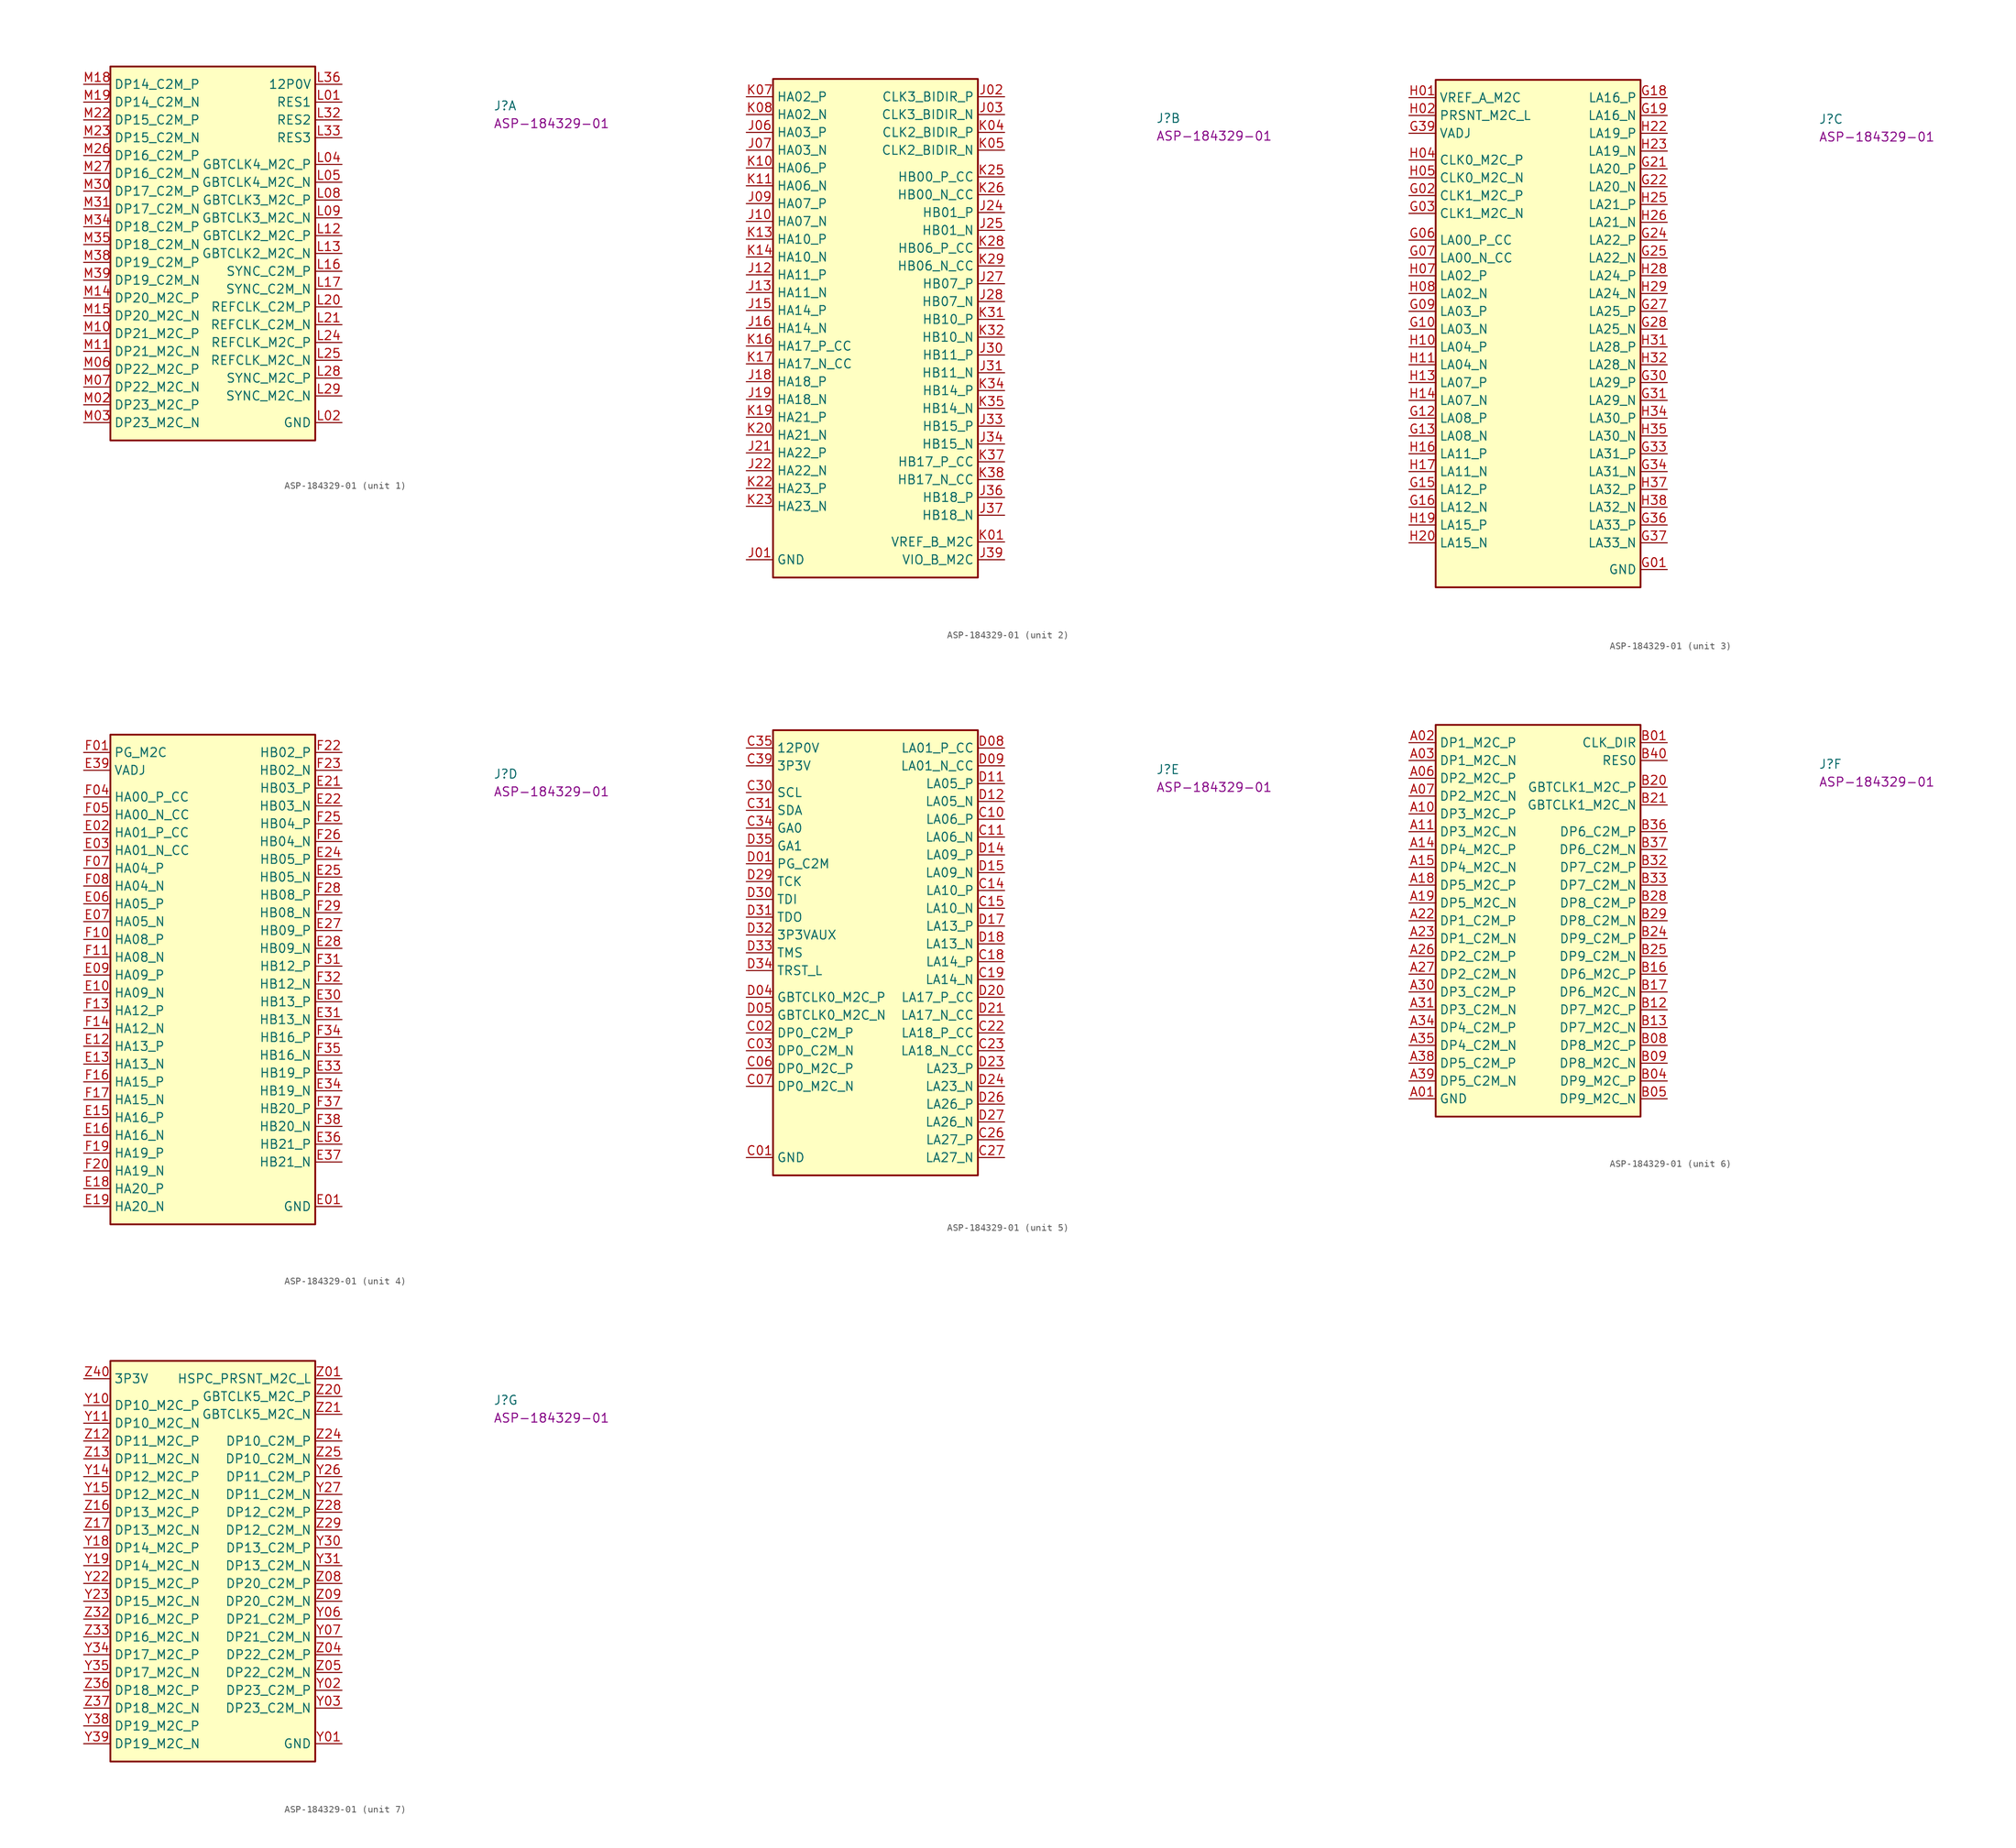
<source format=kicad_sym>
(kicad_symbol_lib
  (version 20220914)
  (generator kicad_symbol_editor)
  (symbol "ASP-184329-01"
    (property "Reference" "J"
      (at 58.42 -3.81 0)
      (effects (font (size 1.27 1.27) (thickness 0.15)) (justify left bottom)))
    (property "MPN" "ASP-184329-01"
      (at 58.42 -6.35 0)
      (effects (font (size 1.27 1.27) (thickness 0.15)) (justify left bottom)))
    (property "ki_locked" ""
      (at 0 0 0)
      (effects (font (size 1.27 1.27))))
    (symbol "ASP-184329-01_1_1"
      (rectangle (start 3.81 2.54) (end 33.02 -50.8) (stroke (width 0.254) (type default)) (fill (type background)))
      (pin passive line (at 36.83 -2.54 180) (length 3.81) (name "RES1" (effects (font (size 1.27 1.27)))) (number "L01" (effects (font (size 1.27 1.27)))))
      (pin passive line (at 36.83 -48.26 180) (length 3.81) (name "GND" (effects (font (size 1.27 1.27)))) (number "L02" (effects (font (size 1.27 1.27)))))
      (pin passive line (at 36.83 -48.26 180) (length 3.81) hide (name "GND" (effects (font (size 1.27 1.27)))) (number "L03" (effects (font (size 1.27 1.27)))))
      (pin passive line (at 36.83 -11.43 180) (length 3.81) (name "GBTCLK4_M2C_P" (effects (font (size 1.27 1.27)))) (number "L04" (effects (font (size 1.27 1.27)))))
      (pin passive line (at 36.83 -13.97 180) (length 3.81) (name "GBTCLK4_M2C_N" (effects (font (size 1.27 1.27)))) (number "L05" (effects (font (size 1.27 1.27)))))
      (pin passive line (at 36.83 -48.26 180) (length 3.81) hide (name "GND" (effects (font (size 1.27 1.27)))) (number "L06" (effects (font (size 1.27 1.27)))))
      (pin passive line (at 36.83 -48.26 180) (length 3.81) hide (name "GND" (effects (font (size 1.27 1.27)))) (number "L07" (effects (font (size 1.27 1.27)))))
      (pin passive line (at 36.83 -16.51 180) (length 3.81) (name "GBTCLK3_M2C_P" (effects (font (size 1.27 1.27)))) (number "L08" (effects (font (size 1.27 1.27)))))
      (pin passive line (at 36.83 -19.05 180) (length 3.81) (name "GBTCLK3_M2C_N" (effects (font (size 1.27 1.27)))) (number "L09" (effects (font (size 1.27 1.27)))))
      (pin passive line (at 36.83 -48.26 180) (length 3.81) hide (name "GND" (effects (font (size 1.27 1.27)))) (number "L10" (effects (font (size 1.27 1.27)))))
      (pin passive line (at 36.83 -48.26 180) (length 3.81) hide (name "GND" (effects (font (size 1.27 1.27)))) (number "L11" (effects (font (size 1.27 1.27)))))
      (pin passive line (at 36.83 -21.59 180) (length 3.81) (name "GBTCLK2_M2C_P" (effects (font (size 1.27 1.27)))) (number "L12" (effects (font (size 1.27 1.27)))))
      (pin passive line (at 36.83 -24.13 180) (length 3.81) (name "GBTCLK2_M2C_N" (effects (font (size 1.27 1.27)))) (number "L13" (effects (font (size 1.27 1.27)))))
      (pin passive line (at 36.83 -48.26 180) (length 3.81) hide (name "GND" (effects (font (size 1.27 1.27)))) (number "L14" (effects (font (size 1.27 1.27)))))
      (pin passive line (at 36.83 -48.26 180) (length 3.81) hide (name "GND" (effects (font (size 1.27 1.27)))) (number "L15" (effects (font (size 1.27 1.27)))))
      (pin passive line (at 36.83 -26.67 180) (length 3.81) (name "SYNC_C2M_P" (effects (font (size 1.27 1.27)))) (number "L16" (effects (font (size 1.27 1.27)))))
      (pin passive line (at 36.83 -29.21 180) (length 3.81) (name "SYNC_C2M_N" (effects (font (size 1.27 1.27)))) (number "L17" (effects (font (size 1.27 1.27)))))
      (pin passive line (at 36.83 -48.26 180) (length 3.81) hide (name "GND" (effects (font (size 1.27 1.27)))) (number "L18" (effects (font (size 1.27 1.27)))))
      (pin passive line (at 36.83 -48.26 180) (length 3.81) hide (name "GND" (effects (font (size 1.27 1.27)))) (number "L19" (effects (font (size 1.27 1.27)))))
      (pin passive line (at 36.83 -31.75 180) (length 3.81) (name "REFCLK_C2M_P" (effects (font (size 1.27 1.27)))) (number "L20" (effects (font (size 1.27 1.27)))))
      (pin passive line (at 36.83 -34.29 180) (length 3.81) (name "REFCLK_C2M_N" (effects (font (size 1.27 1.27)))) (number "L21" (effects (font (size 1.27 1.27)))))
      (pin passive line (at 36.83 -48.26 180) (length 3.81) hide (name "GND" (effects (font (size 1.27 1.27)))) (number "L22" (effects (font (size 1.27 1.27)))))
      (pin passive line (at 36.83 -48.26 180) (length 3.81) hide (name "GND" (effects (font (size 1.27 1.27)))) (number "L23" (effects (font (size 1.27 1.27)))))
      (pin passive line (at 36.83 -36.83 180) (length 3.81) (name "REFCLK_M2C_P" (effects (font (size 1.27 1.27)))) (number "L24" (effects (font (size 1.27 1.27)))))
      (pin passive line (at 36.83 -39.37 180) (length 3.81) (name "REFCLK_M2C_N" (effects (font (size 1.27 1.27)))) (number "L25" (effects (font (size 1.27 1.27)))))
      (pin passive line (at 36.83 -48.26 180) (length 3.81) hide (name "GND" (effects (font (size 1.27 1.27)))) (number "L26" (effects (font (size 1.27 1.27)))))
      (pin passive line (at 36.83 -48.26 180) (length 3.81) hide (name "GND" (effects (font (size 1.27 1.27)))) (number "L27" (effects (font (size 1.27 1.27)))))
      (pin passive line (at 36.83 -41.91 180) (length 3.81) (name "SYNC_M2C_P" (effects (font (size 1.27 1.27)))) (number "L28" (effects (font (size 1.27 1.27)))))
      (pin passive line (at 36.83 -44.45 180) (length 3.81) (name "SYNC_M2C_N" (effects (font (size 1.27 1.27)))) (number "L29" (effects (font (size 1.27 1.27)))))
      (pin passive line (at 36.83 -48.26 180) (length 3.81) hide (name "GND" (effects (font (size 1.27 1.27)))) (number "L30" (effects (font (size 1.27 1.27)))))
      (pin passive line (at 36.83 -48.26 180) (length 3.81) hide (name "GND" (effects (font (size 1.27 1.27)))) (number "L31" (effects (font (size 1.27 1.27)))))
      (pin passive line (at 36.83 -5.08 180) (length 3.81) (name "RES2" (effects (font (size 1.27 1.27)))) (number "L32" (effects (font (size 1.27 1.27)))))
      (pin passive line (at 36.83 -7.62 180) (length 3.81) (name "RES3" (effects (font (size 1.27 1.27)))) (number "L33" (effects (font (size 1.27 1.27)))))
      (pin passive line (at 36.83 -48.26 180) (length 3.81) hide (name "GND" (effects (font (size 1.27 1.27)))) (number "L34" (effects (font (size 1.27 1.27)))))
      (pin passive line (at 36.83 -48.26 180) (length 3.81) hide (name "GND" (effects (font (size 1.27 1.27)))) (number "L35" (effects (font (size 1.27 1.27)))))
      (pin passive line (at 36.83 0 180) (length 3.81) (name "12P0V" (effects (font (size 1.27 1.27)))) (number "L36" (effects (font (size 1.27 1.27)))))
      (pin passive line (at 36.83 0 180) (length 3.81) hide (name "12P0V" (effects (font (size 1.27 1.27)))) (number "L37" (effects (font (size 1.27 1.27)))))
      (pin passive line (at 36.83 -48.26 180) (length 3.81) hide (name "GND" (effects (font (size 1.27 1.27)))) (number "L38" (effects (font (size 1.27 1.27)))))
      (pin passive line (at 36.83 -48.26 180) (length 3.81) hide (name "GND" (effects (font (size 1.27 1.27)))) (number "L39" (effects (font (size 1.27 1.27)))))
      (pin passive line (at 36.83 0 180) (length 3.81) hide (name "12P0V" (effects (font (size 1.27 1.27)))) (number "L40" (effects (font (size 1.27 1.27)))))
      (pin passive line (at 36.83 -48.26 180) (length 3.81) hide (name "GND" (effects (font (size 1.27 1.27)))) (number "M01" (effects (font (size 1.27 1.27)))))
      (pin passive line (at 0 -45.72 0) (length 3.81) (name "DP23_M2C_P" (effects (font (size 1.27 1.27)))) (number "M02" (effects (font (size 1.27 1.27)))))
      (pin passive line (at 0 -48.26 0) (length 3.81) (name "DP23_M2C_N" (effects (font (size 1.27 1.27)))) (number "M03" (effects (font (size 1.27 1.27)))))
      (pin passive line (at 36.83 -48.26 180) (length 3.81) hide (name "GND" (effects (font (size 1.27 1.27)))) (number "M04" (effects (font (size 1.27 1.27)))))
      (pin passive line (at 36.83 -48.26 180) (length 3.81) hide (name "GND" (effects (font (size 1.27 1.27)))) (number "M05" (effects (font (size 1.27 1.27)))))
      (pin passive line (at 0 -40.64 0) (length 3.81) (name "DP22_M2C_P" (effects (font (size 1.27 1.27)))) (number "M06" (effects (font (size 1.27 1.27)))))
      (pin passive line (at 0 -43.18 0) (length 3.81) (name "DP22_M2C_N" (effects (font (size 1.27 1.27)))) (number "M07" (effects (font (size 1.27 1.27)))))
      (pin passive line (at 36.83 -48.26 180) (length 3.81) hide (name "GND" (effects (font (size 1.27 1.27)))) (number "M08" (effects (font (size 1.27 1.27)))))
      (pin passive line (at 36.83 -48.26 180) (length 3.81) hide (name "GND" (effects (font (size 1.27 1.27)))) (number "M09" (effects (font (size 1.27 1.27)))))
      (pin passive line (at 0 -35.56 0) (length 3.81) (name "DP21_M2C_P" (effects (font (size 1.27 1.27)))) (number "M10" (effects (font (size 1.27 1.27)))))
      (pin passive line (at 0 -38.1 0) (length 3.81) (name "DP21_M2C_N" (effects (font (size 1.27 1.27)))) (number "M11" (effects (font (size 1.27 1.27)))))
      (pin passive line (at 36.83 -48.26 180) (length 3.81) hide (name "GND" (effects (font (size 1.27 1.27)))) (number "M12" (effects (font (size 1.27 1.27)))))
      (pin passive line (at 36.83 -48.26 180) (length 3.81) hide (name "GND" (effects (font (size 1.27 1.27)))) (number "M13" (effects (font (size 1.27 1.27)))))
      (pin passive line (at 0 -30.48 0) (length 3.81) (name "DP20_M2C_P" (effects (font (size 1.27 1.27)))) (number "M14" (effects (font (size 1.27 1.27)))))
      (pin passive line (at 0 -33.02 0) (length 3.81) (name "DP20_M2C_N" (effects (font (size 1.27 1.27)))) (number "M15" (effects (font (size 1.27 1.27)))))
      (pin passive line (at 36.83 -48.26 180) (length 3.81) hide (name "GND" (effects (font (size 1.27 1.27)))) (number "M16" (effects (font (size 1.27 1.27)))))
      (pin passive line (at 36.83 -48.26 180) (length 3.81) hide (name "GND" (effects (font (size 1.27 1.27)))) (number "M17" (effects (font (size 1.27 1.27)))))
      (pin passive line (at 0 0 0) (length 3.81) (name "DP14_C2M_P" (effects (font (size 1.27 1.27)))) (number "M18" (effects (font (size 1.27 1.27)))))
      (pin passive line (at 0 -2.54 0) (length 3.81) (name "DP14_C2M_N" (effects (font (size 1.27 1.27)))) (number "M19" (effects (font (size 1.27 1.27)))))
      (pin passive line (at 36.83 -48.26 180) (length 3.81) hide (name "GND" (effects (font (size 1.27 1.27)))) (number "M20" (effects (font (size 1.27 1.27)))))
      (pin passive line (at 36.83 -48.26 180) (length 3.81) hide (name "GND" (effects (font (size 1.27 1.27)))) (number "M21" (effects (font (size 1.27 1.27)))))
      (pin passive line (at 0 -5.08 0) (length 3.81) (name "DP15_C2M_P" (effects (font (size 1.27 1.27)))) (number "M22" (effects (font (size 1.27 1.27)))))
      (pin passive line (at 0 -7.62 0) (length 3.81) (name "DP15_C2M_N" (effects (font (size 1.27 1.27)))) (number "M23" (effects (font (size 1.27 1.27)))))
      (pin passive line (at 36.83 -48.26 180) (length 3.81) hide (name "GND" (effects (font (size 1.27 1.27)))) (number "M24" (effects (font (size 1.27 1.27)))))
      (pin passive line (at 36.83 -48.26 180) (length 3.81) hide (name "GND" (effects (font (size 1.27 1.27)))) (number "M25" (effects (font (size 1.27 1.27)))))
      (pin passive line (at 0 -10.16 0) (length 3.81) (name "DP16_C2M_P" (effects (font (size 1.27 1.27)))) (number "M26" (effects (font (size 1.27 1.27)))))
      (pin passive line (at 0 -12.7 0) (length 3.81) (name "DP16_C2M_N" (effects (font (size 1.27 1.27)))) (number "M27" (effects (font (size 1.27 1.27)))))
      (pin passive line (at 36.83 -48.26 180) (length 3.81) hide (name "GND" (effects (font (size 1.27 1.27)))) (number "M28" (effects (font (size 1.27 1.27)))))
      (pin passive line (at 36.83 -48.26 180) (length 3.81) hide (name "GND" (effects (font (size 1.27 1.27)))) (number "M29" (effects (font (size 1.27 1.27)))))
      (pin passive line (at 0 -15.24 0) (length 3.81) (name "DP17_C2M_P" (effects (font (size 1.27 1.27)))) (number "M30" (effects (font (size 1.27 1.27)))))
      (pin passive line (at 0 -17.78 0) (length 3.81) (name "DP17_C2M_N" (effects (font (size 1.27 1.27)))) (number "M31" (effects (font (size 1.27 1.27)))))
      (pin passive line (at 36.83 -48.26 180) (length 3.81) hide (name "GND" (effects (font (size 1.27 1.27)))) (number "M32" (effects (font (size 1.27 1.27)))))
      (pin passive line (at 36.83 -48.26 180) (length 3.81) hide (name "GND" (effects (font (size 1.27 1.27)))) (number "M33" (effects (font (size 1.27 1.27)))))
      (pin passive line (at 0 -20.32 0) (length 3.81) (name "DP18_C2M_P" (effects (font (size 1.27 1.27)))) (number "M34" (effects (font (size 1.27 1.27)))))
      (pin passive line (at 0 -22.86 0) (length 3.81) (name "DP18_C2M_N" (effects (font (size 1.27 1.27)))) (number "M35" (effects (font (size 1.27 1.27)))))
      (pin passive line (at 36.83 -48.26 180) (length 3.81) hide (name "GND" (effects (font (size 1.27 1.27)))) (number "M36" (effects (font (size 1.27 1.27)))))
      (pin passive line (at 36.83 -48.26 180) (length 3.81) hide (name "GND" (effects (font (size 1.27 1.27)))) (number "M37" (effects (font (size 1.27 1.27)))))
      (pin passive line (at 0 -25.4 0) (length 3.81) (name "DP19_C2M_P" (effects (font (size 1.27 1.27)))) (number "M38" (effects (font (size 1.27 1.27)))))
      (pin passive line (at 0 -27.94 0) (length 3.81) (name "DP19_C2M_N" (effects (font (size 1.27 1.27)))) (number "M39" (effects (font (size 1.27 1.27)))))
      (pin passive line (at 36.83 -48.26 180) (length 3.81) hide (name "GND" (effects (font (size 1.27 1.27)))) (number "M40" (effects (font (size 1.27 1.27))))))
    (symbol "ASP-184329-01_2_1"
      (rectangle (start 3.81 2.54) (end 33.02 -68.58) (stroke (width 0.254) (type default)) (fill (type background)))
      (pin passive line (at 0 -66.04 0) (length 3.81) (name "GND" (effects (font (size 1.27 1.27)))) (number "J01" (effects (font (size 1.27 1.27)))))
      (pin passive line (at 36.83 0 180) (length 3.81) (name "CLK3_BIDIR_P" (effects (font (size 1.27 1.27)))) (number "J02" (effects (font (size 1.27 1.27)))))
      (pin passive line (at 36.83 -2.54 180) (length 3.81) (name "CLK3_BIDIR_N" (effects (font (size 1.27 1.27)))) (number "J03" (effects (font (size 1.27 1.27)))))
      (pin passive line (at 0 -66.04 0) (length 3.81) hide (name "GND" (effects (font (size 1.27 1.27)))) (number "J04" (effects (font (size 1.27 1.27)))))
      (pin passive line (at 0 -66.04 0) (length 3.81) hide (name "GND" (effects (font (size 1.27 1.27)))) (number "J05" (effects (font (size 1.27 1.27)))))
      (pin passive line (at 0 -5.08 0) (length 3.81) (name "HA03_P" (effects (font (size 1.27 1.27)))) (number "J06" (effects (font (size 1.27 1.27)))))
      (pin passive line (at 0 -7.62 0) (length 3.81) (name "HA03_N" (effects (font (size 1.27 1.27)))) (number "J07" (effects (font (size 1.27 1.27)))))
      (pin passive line (at 0 -66.04 0) (length 3.81) hide (name "GND" (effects (font (size 1.27 1.27)))) (number "J08" (effects (font (size 1.27 1.27)))))
      (pin passive line (at 0 -15.24 0) (length 3.81) (name "HA07_P" (effects (font (size 1.27 1.27)))) (number "J09" (effects (font (size 1.27 1.27)))))
      (pin passive line (at 0 -17.78 0) (length 3.81) (name "HA07_N" (effects (font (size 1.27 1.27)))) (number "J10" (effects (font (size 1.27 1.27)))))
      (pin passive line (at 0 -66.04 0) (length 3.81) hide (name "GND" (effects (font (size 1.27 1.27)))) (number "J11" (effects (font (size 1.27 1.27)))))
      (pin passive line (at 0 -25.4 0) (length 3.81) (name "HA11_P" (effects (font (size 1.27 1.27)))) (number "J12" (effects (font (size 1.27 1.27)))))
      (pin passive line (at 0 -27.94 0) (length 3.81) (name "HA11_N" (effects (font (size 1.27 1.27)))) (number "J13" (effects (font (size 1.27 1.27)))))
      (pin passive line (at 0 -66.04 0) (length 3.81) hide (name "GND" (effects (font (size 1.27 1.27)))) (number "J14" (effects (font (size 1.27 1.27)))))
      (pin passive line (at 0 -30.48 0) (length 3.81) (name "HA14_P" (effects (font (size 1.27 1.27)))) (number "J15" (effects (font (size 1.27 1.27)))))
      (pin passive line (at 0 -33.02 0) (length 3.81) (name "HA14_N" (effects (font (size 1.27 1.27)))) (number "J16" (effects (font (size 1.27 1.27)))))
      (pin passive line (at 0 -66.04 0) (length 3.81) hide (name "GND" (effects (font (size 1.27 1.27)))) (number "J17" (effects (font (size 1.27 1.27)))))
      (pin passive line (at 0 -40.64 0) (length 3.81) (name "HA18_P" (effects (font (size 1.27 1.27)))) (number "J18" (effects (font (size 1.27 1.27)))))
      (pin passive line (at 0 -43.18 0) (length 3.81) (name "HA18_N" (effects (font (size 1.27 1.27)))) (number "J19" (effects (font (size 1.27 1.27)))))
      (pin passive line (at 0 -66.04 0) (length 3.81) hide (name "GND" (effects (font (size 1.27 1.27)))) (number "J20" (effects (font (size 1.27 1.27)))))
      (pin passive line (at 0 -50.8 0) (length 3.81) (name "HA22_P" (effects (font (size 1.27 1.27)))) (number "J21" (effects (font (size 1.27 1.27)))))
      (pin passive line (at 0 -53.34 0) (length 3.81) (name "HA22_N" (effects (font (size 1.27 1.27)))) (number "J22" (effects (font (size 1.27 1.27)))))
      (pin passive line (at 0 -66.04 0) (length 3.81) hide (name "GND" (effects (font (size 1.27 1.27)))) (number "J23" (effects (font (size 1.27 1.27)))))
      (pin passive line (at 36.83 -16.51 180) (length 3.81) (name "HB01_P" (effects (font (size 1.27 1.27)))) (number "J24" (effects (font (size 1.27 1.27)))))
      (pin passive line (at 36.83 -19.05 180) (length 3.81) (name "HB01_N" (effects (font (size 1.27 1.27)))) (number "J25" (effects (font (size 1.27 1.27)))))
      (pin passive line (at 0 -66.04 0) (length 3.81) hide (name "GND" (effects (font (size 1.27 1.27)))) (number "J26" (effects (font (size 1.27 1.27)))))
      (pin passive line (at 36.83 -26.67 180) (length 3.81) (name "HB07_P" (effects (font (size 1.27 1.27)))) (number "J27" (effects (font (size 1.27 1.27)))))
      (pin passive line (at 36.83 -29.21 180) (length 3.81) (name "HB07_N" (effects (font (size 1.27 1.27)))) (number "J28" (effects (font (size 1.27 1.27)))))
      (pin passive line (at 0 -66.04 0) (length 3.81) hide (name "GND" (effects (font (size 1.27 1.27)))) (number "J29" (effects (font (size 1.27 1.27)))))
      (pin passive line (at 36.83 -36.83 180) (length 3.81) (name "HB11_P" (effects (font (size 1.27 1.27)))) (number "J30" (effects (font (size 1.27 1.27)))))
      (pin passive line (at 36.83 -39.37 180) (length 3.81) (name "HB11_N" (effects (font (size 1.27 1.27)))) (number "J31" (effects (font (size 1.27 1.27)))))
      (pin passive line (at 0 -66.04 0) (length 3.81) hide (name "GND" (effects (font (size 1.27 1.27)))) (number "J32" (effects (font (size 1.27 1.27)))))
      (pin passive line (at 36.83 -46.99 180) (length 3.81) (name "HB15_P" (effects (font (size 1.27 1.27)))) (number "J33" (effects (font (size 1.27 1.27)))))
      (pin passive line (at 36.83 -49.53 180) (length 3.81) (name "HB15_N" (effects (font (size 1.27 1.27)))) (number "J34" (effects (font (size 1.27 1.27)))))
      (pin passive line (at 0 -66.04 0) (length 3.81) hide (name "GND" (effects (font (size 1.27 1.27)))) (number "J35" (effects (font (size 1.27 1.27)))))
      (pin passive line (at 36.83 -57.15 180) (length 3.81) (name "HB18_P" (effects (font (size 1.27 1.27)))) (number "J36" (effects (font (size 1.27 1.27)))))
      (pin passive line (at 36.83 -59.69 180) (length 3.81) (name "HB18_N" (effects (font (size 1.27 1.27)))) (number "J37" (effects (font (size 1.27 1.27)))))
      (pin passive line (at 0 -66.04 0) (length 3.81) hide (name "GND" (effects (font (size 1.27 1.27)))) (number "J38" (effects (font (size 1.27 1.27)))))
      (pin passive line (at 36.83 -66.04 180) (length 3.81) (name "VIO_B_M2C" (effects (font (size 1.27 1.27)))) (number "J39" (effects (font (size 1.27 1.27)))))
      (pin passive line (at 0 -66.04 0) (length 3.81) hide (name "GND" (effects (font (size 1.27 1.27)))) (number "J40" (effects (font (size 1.27 1.27)))))
      (pin passive line (at 36.83 -63.5 180) (length 3.81) (name "VREF_B_M2C" (effects (font (size 1.27 1.27)))) (number "K01" (effects (font (size 1.27 1.27)))))
      (pin passive line (at 0 -66.04 0) (length 3.81) hide (name "GND" (effects (font (size 1.27 1.27)))) (number "K02" (effects (font (size 1.27 1.27)))))
      (pin passive line (at 0 -66.04 0) (length 3.81) hide (name "GND" (effects (font (size 1.27 1.27)))) (number "K03" (effects (font (size 1.27 1.27)))))
      (pin passive line (at 36.83 -5.08 180) (length 3.81) (name "CLK2_BIDIR_P" (effects (font (size 1.27 1.27)))) (number "K04" (effects (font (size 1.27 1.27)))))
      (pin passive line (at 36.83 -7.62 180) (length 3.81) (name "CLK2_BIDIR_N" (effects (font (size 1.27 1.27)))) (number "K05" (effects (font (size 1.27 1.27)))))
      (pin passive line (at 0 -66.04 0) (length 3.81) hide (name "GND" (effects (font (size 1.27 1.27)))) (number "K06" (effects (font (size 1.27 1.27)))))
      (pin passive line (at 0 0 0) (length 3.81) (name "HA02_P" (effects (font (size 1.27 1.27)))) (number "K07" (effects (font (size 1.27 1.27)))))
      (pin passive line (at 0 -2.54 0) (length 3.81) (name "HA02_N" (effects (font (size 1.27 1.27)))) (number "K08" (effects (font (size 1.27 1.27)))))
      (pin passive line (at 0 -66.04 0) (length 3.81) hide (name "GND" (effects (font (size 1.27 1.27)))) (number "K09" (effects (font (size 1.27 1.27)))))
      (pin passive line (at 0 -10.16 0) (length 3.81) (name "HA06_P" (effects (font (size 1.27 1.27)))) (number "K10" (effects (font (size 1.27 1.27)))))
      (pin passive line (at 0 -12.7 0) (length 3.81) (name "HA06_N" (effects (font (size 1.27 1.27)))) (number "K11" (effects (font (size 1.27 1.27)))))
      (pin passive line (at 0 -66.04 0) (length 3.81) hide (name "GND" (effects (font (size 1.27 1.27)))) (number "K12" (effects (font (size 1.27 1.27)))))
      (pin passive line (at 0 -20.32 0) (length 3.81) (name "HA10_P" (effects (font (size 1.27 1.27)))) (number "K13" (effects (font (size 1.27 1.27)))))
      (pin passive line (at 0 -22.86 0) (length 3.81) (name "HA10_N" (effects (font (size 1.27 1.27)))) (number "K14" (effects (font (size 1.27 1.27)))))
      (pin passive line (at 0 -66.04 0) (length 3.81) hide (name "GND" (effects (font (size 1.27 1.27)))) (number "K15" (effects (font (size 1.27 1.27)))))
      (pin passive line (at 0 -35.56 0) (length 3.81) (name "HA17_P_CC" (effects (font (size 1.27 1.27)))) (number "K16" (effects (font (size 1.27 1.27)))))
      (pin passive line (at 0 -38.1 0) (length 3.81) (name "HA17_N_CC" (effects (font (size 1.27 1.27)))) (number "K17" (effects (font (size 1.27 1.27)))))
      (pin passive line (at 0 -66.04 0) (length 3.81) hide (name "GND" (effects (font (size 1.27 1.27)))) (number "K18" (effects (font (size 1.27 1.27)))))
      (pin passive line (at 0 -45.72 0) (length 3.81) (name "HA21_P" (effects (font (size 1.27 1.27)))) (number "K19" (effects (font (size 1.27 1.27)))))
      (pin passive line (at 0 -48.26 0) (length 3.81) (name "HA21_N" (effects (font (size 1.27 1.27)))) (number "K20" (effects (font (size 1.27 1.27)))))
      (pin passive line (at 0 -66.04 0) (length 3.81) hide (name "GND" (effects (font (size 1.27 1.27)))) (number "K21" (effects (font (size 1.27 1.27)))))
      (pin passive line (at 0 -55.88 0) (length 3.81) (name "HA23_P" (effects (font (size 1.27 1.27)))) (number "K22" (effects (font (size 1.27 1.27)))))
      (pin passive line (at 0 -58.42 0) (length 3.81) (name "HA23_N" (effects (font (size 1.27 1.27)))) (number "K23" (effects (font (size 1.27 1.27)))))
      (pin passive line (at 0 -66.04 0) (length 3.81) hide (name "GND" (effects (font (size 1.27 1.27)))) (number "K24" (effects (font (size 1.27 1.27)))))
      (pin passive line (at 36.83 -11.43 180) (length 3.81) (name "HB00_P_CC" (effects (font (size 1.27 1.27)))) (number "K25" (effects (font (size 1.27 1.27)))))
      (pin passive line (at 36.83 -13.97 180) (length 3.81) (name "HB00_N_CC" (effects (font (size 1.27 1.27)))) (number "K26" (effects (font (size 1.27 1.27)))))
      (pin passive line (at 0 -66.04 0) (length 3.81) hide (name "GND" (effects (font (size 1.27 1.27)))) (number "K27" (effects (font (size 1.27 1.27)))))
      (pin passive line (at 36.83 -21.59 180) (length 3.81) (name "HB06_P_CC" (effects (font (size 1.27 1.27)))) (number "K28" (effects (font (size 1.27 1.27)))))
      (pin passive line (at 36.83 -24.13 180) (length 3.81) (name "HB06_N_CC" (effects (font (size 1.27 1.27)))) (number "K29" (effects (font (size 1.27 1.27)))))
      (pin passive line (at 0 -66.04 0) (length 3.81) hide (name "GND" (effects (font (size 1.27 1.27)))) (number "K30" (effects (font (size 1.27 1.27)))))
      (pin passive line (at 36.83 -31.75 180) (length 3.81) (name "HB10_P" (effects (font (size 1.27 1.27)))) (number "K31" (effects (font (size 1.27 1.27)))))
      (pin passive line (at 36.83 -34.29 180) (length 3.81) (name "HB10_N" (effects (font (size 1.27 1.27)))) (number "K32" (effects (font (size 1.27 1.27)))))
      (pin passive line (at 0 -66.04 0) (length 3.81) hide (name "GND" (effects (font (size 1.27 1.27)))) (number "K33" (effects (font (size 1.27 1.27)))))
      (pin passive line (at 36.83 -41.91 180) (length 3.81) (name "HB14_P" (effects (font (size 1.27 1.27)))) (number "K34" (effects (font (size 1.27 1.27)))))
      (pin passive line (at 36.83 -44.45 180) (length 3.81) (name "HB14_N" (effects (font (size 1.27 1.27)))) (number "K35" (effects (font (size 1.27 1.27)))))
      (pin passive line (at 0 -66.04 0) (length 3.81) hide (name "GND" (effects (font (size 1.27 1.27)))) (number "K36" (effects (font (size 1.27 1.27)))))
      (pin passive line (at 36.83 -52.07 180) (length 3.81) (name "HB17_P_CC" (effects (font (size 1.27 1.27)))) (number "K37" (effects (font (size 1.27 1.27)))))
      (pin passive line (at 36.83 -54.61 180) (length 3.81) (name "HB17_N_CC" (effects (font (size 1.27 1.27)))) (number "K38" (effects (font (size 1.27 1.27)))))
      (pin passive line (at 0 -66.04 0) (length 3.81) hide (name "GND" (effects (font (size 1.27 1.27)))) (number "K39" (effects (font (size 1.27 1.27)))))
      (pin passive line (at 36.83 -66.04 180) (length 3.81) hide (name "VIO_B_M2C" (effects (font (size 1.27 1.27)))) (number "K40" (effects (font (size 1.27 1.27))))))
    (symbol "ASP-184329-01_3_1"
      (rectangle (start 3.81 2.54) (end 33.02 -69.85) (stroke (width 0.254) (type default)) (fill (type background)))
      (pin passive line (at 36.83 -67.31 180) (length 3.81) (name "GND" (effects (font (size 1.27 1.27)))) (number "G01" (effects (font (size 1.27 1.27)))))
      (pin passive line (at 0 -13.97 0) (length 3.81) (name "CLK1_M2C_P" (effects (font (size 1.27 1.27)))) (number "G02" (effects (font (size 1.27 1.27)))))
      (pin passive line (at 0 -16.51 0) (length 3.81) (name "CLK1_M2C_N" (effects (font (size 1.27 1.27)))) (number "G03" (effects (font (size 1.27 1.27)))))
      (pin passive line (at 36.83 -67.31 180) (length 3.81) hide (name "GND" (effects (font (size 1.27 1.27)))) (number "G04" (effects (font (size 1.27 1.27)))))
      (pin passive line (at 36.83 -67.31 180) (length 3.81) hide (name "GND" (effects (font (size 1.27 1.27)))) (number "G05" (effects (font (size 1.27 1.27)))))
      (pin passive line (at 0 -20.32 0) (length 3.81) (name "LA00_P_CC" (effects (font (size 1.27 1.27)))) (number "G06" (effects (font (size 1.27 1.27)))))
      (pin passive line (at 0 -22.86 0) (length 3.81) (name "LA00_N_CC" (effects (font (size 1.27 1.27)))) (number "G07" (effects (font (size 1.27 1.27)))))
      (pin passive line (at 36.83 -67.31 180) (length 3.81) hide (name "GND" (effects (font (size 1.27 1.27)))) (number "G08" (effects (font (size 1.27 1.27)))))
      (pin passive line (at 0 -30.48 0) (length 3.81) (name "LA03_P" (effects (font (size 1.27 1.27)))) (number "G09" (effects (font (size 1.27 1.27)))))
      (pin passive line (at 0 -33.02 0) (length 3.81) (name "LA03_N" (effects (font (size 1.27 1.27)))) (number "G10" (effects (font (size 1.27 1.27)))))
      (pin passive line (at 36.83 -67.31 180) (length 3.81) hide (name "GND" (effects (font (size 1.27 1.27)))) (number "G11" (effects (font (size 1.27 1.27)))))
      (pin passive line (at 0 -45.72 0) (length 3.81) (name "LA08_P" (effects (font (size 1.27 1.27)))) (number "G12" (effects (font (size 1.27 1.27)))))
      (pin passive line (at 0 -48.26 0) (length 3.81) (name "LA08_N" (effects (font (size 1.27 1.27)))) (number "G13" (effects (font (size 1.27 1.27)))))
      (pin passive line (at 36.83 -67.31 180) (length 3.81) hide (name "GND" (effects (font (size 1.27 1.27)))) (number "G14" (effects (font (size 1.27 1.27)))))
      (pin passive line (at 0 -55.88 0) (length 3.81) (name "LA12_P" (effects (font (size 1.27 1.27)))) (number "G15" (effects (font (size 1.27 1.27)))))
      (pin passive line (at 0 -58.42 0) (length 3.81) (name "LA12_N" (effects (font (size 1.27 1.27)))) (number "G16" (effects (font (size 1.27 1.27)))))
      (pin passive line (at 36.83 -67.31 180) (length 3.81) hide (name "GND" (effects (font (size 1.27 1.27)))) (number "G17" (effects (font (size 1.27 1.27)))))
      (pin passive line (at 36.83 0 180) (length 3.81) (name "LA16_P" (effects (font (size 1.27 1.27)))) (number "G18" (effects (font (size 1.27 1.27)))))
      (pin passive line (at 36.83 -2.54 180) (length 3.81) (name "LA16_N" (effects (font (size 1.27 1.27)))) (number "G19" (effects (font (size 1.27 1.27)))))
      (pin passive line (at 36.83 -67.31 180) (length 3.81) hide (name "GND" (effects (font (size 1.27 1.27)))) (number "G20" (effects (font (size 1.27 1.27)))))
      (pin passive line (at 36.83 -10.16 180) (length 3.81) (name "LA20_P" (effects (font (size 1.27 1.27)))) (number "G21" (effects (font (size 1.27 1.27)))))
      (pin passive line (at 36.83 -12.7 180) (length 3.81) (name "LA20_N" (effects (font (size 1.27 1.27)))) (number "G22" (effects (font (size 1.27 1.27)))))
      (pin passive line (at 36.83 -67.31 180) (length 3.81) hide (name "GND" (effects (font (size 1.27 1.27)))) (number "G23" (effects (font (size 1.27 1.27)))))
      (pin passive line (at 36.83 -20.32 180) (length 3.81) (name "LA22_P" (effects (font (size 1.27 1.27)))) (number "G24" (effects (font (size 1.27 1.27)))))
      (pin passive line (at 36.83 -22.86 180) (length 3.81) (name "LA22_N" (effects (font (size 1.27 1.27)))) (number "G25" (effects (font (size 1.27 1.27)))))
      (pin passive line (at 36.83 -67.31 180) (length 3.81) hide (name "GND" (effects (font (size 1.27 1.27)))) (number "G26" (effects (font (size 1.27 1.27)))))
      (pin passive line (at 36.83 -30.48 180) (length 3.81) (name "LA25_P" (effects (font (size 1.27 1.27)))) (number "G27" (effects (font (size 1.27 1.27)))))
      (pin passive line (at 36.83 -33.02 180) (length 3.81) (name "LA25_N" (effects (font (size 1.27 1.27)))) (number "G28" (effects (font (size 1.27 1.27)))))
      (pin passive line (at 36.83 -67.31 180) (length 3.81) hide (name "GND" (effects (font (size 1.27 1.27)))) (number "G29" (effects (font (size 1.27 1.27)))))
      (pin passive line (at 36.83 -40.64 180) (length 3.81) (name "LA29_P" (effects (font (size 1.27 1.27)))) (number "G30" (effects (font (size 1.27 1.27)))))
      (pin passive line (at 36.83 -43.18 180) (length 3.81) (name "LA29_N" (effects (font (size 1.27 1.27)))) (number "G31" (effects (font (size 1.27 1.27)))))
      (pin passive line (at 36.83 -67.31 180) (length 3.81) hide (name "GND" (effects (font (size 1.27 1.27)))) (number "G32" (effects (font (size 1.27 1.27)))))
      (pin passive line (at 36.83 -50.8 180) (length 3.81) (name "LA31_P" (effects (font (size 1.27 1.27)))) (number "G33" (effects (font (size 1.27 1.27)))))
      (pin passive line (at 36.83 -53.34 180) (length 3.81) (name "LA31_N" (effects (font (size 1.27 1.27)))) (number "G34" (effects (font (size 1.27 1.27)))))
      (pin passive line (at 36.83 -67.31 180) (length 3.81) hide (name "GND" (effects (font (size 1.27 1.27)))) (number "G35" (effects (font (size 1.27 1.27)))))
      (pin passive line (at 36.83 -60.96 180) (length 3.81) (name "LA33_P" (effects (font (size 1.27 1.27)))) (number "G36" (effects (font (size 1.27 1.27)))))
      (pin passive line (at 36.83 -63.5 180) (length 3.81) (name "LA33_N" (effects (font (size 1.27 1.27)))) (number "G37" (effects (font (size 1.27 1.27)))))
      (pin passive line (at 36.83 -67.31 180) (length 3.81) hide (name "GND" (effects (font (size 1.27 1.27)))) (number "G38" (effects (font (size 1.27 1.27)))))
      (pin passive line (at 0 -5.08 0) (length 3.81) (name "VADJ" (effects (font (size 1.27 1.27)))) (number "G39" (effects (font (size 1.27 1.27)))))
      (pin passive line (at 36.83 -67.31 180) (length 3.81) hide (name "GND" (effects (font (size 1.27 1.27)))) (number "G40" (effects (font (size 1.27 1.27)))))
      (pin passive line (at 0 0 0) (length 3.81) (name "VREF_A_M2C" (effects (font (size 1.27 1.27)))) (number "H01" (effects (font (size 1.27 1.27)))))
      (pin passive line (at 0 -2.54 0) (length 3.81) (name "PRSNT_M2C_L" (effects (font (size 1.27 1.27)))) (number "H02" (effects (font (size 1.27 1.27)))))
      (pin passive line (at 36.83 -67.31 180) (length 3.81) hide (name "GND" (effects (font (size 1.27 1.27)))) (number "H03" (effects (font (size 1.27 1.27)))))
      (pin passive line (at 0 -8.89 0) (length 3.81) (name "CLK0_M2C_P" (effects (font (size 1.27 1.27)))) (number "H04" (effects (font (size 1.27 1.27)))))
      (pin passive line (at 0 -11.43 0) (length 3.81) (name "CLK0_M2C_N" (effects (font (size 1.27 1.27)))) (number "H05" (effects (font (size 1.27 1.27)))))
      (pin passive line (at 36.83 -67.31 180) (length 3.81) hide (name "GND" (effects (font (size 1.27 1.27)))) (number "H06" (effects (font (size 1.27 1.27)))))
      (pin passive line (at 0 -25.4 0) (length 3.81) (name "LA02_P" (effects (font (size 1.27 1.27)))) (number "H07" (effects (font (size 1.27 1.27)))))
      (pin passive line (at 0 -27.94 0) (length 3.81) (name "LA02_N" (effects (font (size 1.27 1.27)))) (number "H08" (effects (font (size 1.27 1.27)))))
      (pin passive line (at 36.83 -67.31 180) (length 3.81) hide (name "GND" (effects (font (size 1.27 1.27)))) (number "H09" (effects (font (size 1.27 1.27)))))
      (pin passive line (at 0 -35.56 0) (length 3.81) (name "LA04_P" (effects (font (size 1.27 1.27)))) (number "H10" (effects (font (size 1.27 1.27)))))
      (pin passive line (at 0 -38.1 0) (length 3.81) (name "LA04_N" (effects (font (size 1.27 1.27)))) (number "H11" (effects (font (size 1.27 1.27)))))
      (pin passive line (at 36.83 -67.31 180) (length 3.81) hide (name "GND" (effects (font (size 1.27 1.27)))) (number "H12" (effects (font (size 1.27 1.27)))))
      (pin passive line (at 0 -40.64 0) (length 3.81) (name "LA07_P" (effects (font (size 1.27 1.27)))) (number "H13" (effects (font (size 1.27 1.27)))))
      (pin passive line (at 0 -43.18 0) (length 3.81) (name "LA07_N" (effects (font (size 1.27 1.27)))) (number "H14" (effects (font (size 1.27 1.27)))))
      (pin passive line (at 36.83 -67.31 180) (length 3.81) hide (name "GND" (effects (font (size 1.27 1.27)))) (number "H15" (effects (font (size 1.27 1.27)))))
      (pin passive line (at 0 -50.8 0) (length 3.81) (name "LA11_P" (effects (font (size 1.27 1.27)))) (number "H16" (effects (font (size 1.27 1.27)))))
      (pin passive line (at 0 -53.34 0) (length 3.81) (name "LA11_N" (effects (font (size 1.27 1.27)))) (number "H17" (effects (font (size 1.27 1.27)))))
      (pin passive line (at 36.83 -67.31 180) (length 3.81) hide (name "GND" (effects (font (size 1.27 1.27)))) (number "H18" (effects (font (size 1.27 1.27)))))
      (pin passive line (at 0 -60.96 0) (length 3.81) (name "LA15_P" (effects (font (size 1.27 1.27)))) (number "H19" (effects (font (size 1.27 1.27)))))
      (pin passive line (at 0 -63.5 0) (length 3.81) (name "LA15_N" (effects (font (size 1.27 1.27)))) (number "H20" (effects (font (size 1.27 1.27)))))
      (pin passive line (at 36.83 -67.31 180) (length 3.81) hide (name "GND" (effects (font (size 1.27 1.27)))) (number "H21" (effects (font (size 1.27 1.27)))))
      (pin passive line (at 36.83 -5.08 180) (length 3.81) (name "LA19_P" (effects (font (size 1.27 1.27)))) (number "H22" (effects (font (size 1.27 1.27)))))
      (pin passive line (at 36.83 -7.62 180) (length 3.81) (name "LA19_N" (effects (font (size 1.27 1.27)))) (number "H23" (effects (font (size 1.27 1.27)))))
      (pin passive line (at 36.83 -67.31 180) (length 3.81) hide (name "GND" (effects (font (size 1.27 1.27)))) (number "H24" (effects (font (size 1.27 1.27)))))
      (pin passive line (at 36.83 -15.24 180) (length 3.81) (name "LA21_P" (effects (font (size 1.27 1.27)))) (number "H25" (effects (font (size 1.27 1.27)))))
      (pin passive line (at 36.83 -17.78 180) (length 3.81) (name "LA21_N" (effects (font (size 1.27 1.27)))) (number "H26" (effects (font (size 1.27 1.27)))))
      (pin passive line (at 36.83 -67.31 180) (length 3.81) hide (name "GND" (effects (font (size 1.27 1.27)))) (number "H27" (effects (font (size 1.27 1.27)))))
      (pin passive line (at 36.83 -25.4 180) (length 3.81) (name "LA24_P" (effects (font (size 1.27 1.27)))) (number "H28" (effects (font (size 1.27 1.27)))))
      (pin passive line (at 36.83 -27.94 180) (length 3.81) (name "LA24_N" (effects (font (size 1.27 1.27)))) (number "H29" (effects (font (size 1.27 1.27)))))
      (pin passive line (at 36.83 -67.31 180) (length 3.81) hide (name "GND" (effects (font (size 1.27 1.27)))) (number "H30" (effects (font (size 1.27 1.27)))))
      (pin passive line (at 36.83 -35.56 180) (length 3.81) (name "LA28_P" (effects (font (size 1.27 1.27)))) (number "H31" (effects (font (size 1.27 1.27)))))
      (pin passive line (at 36.83 -38.1 180) (length 3.81) (name "LA28_N" (effects (font (size 1.27 1.27)))) (number "H32" (effects (font (size 1.27 1.27)))))
      (pin passive line (at 36.83 -67.31 180) (length 3.81) hide (name "GND" (effects (font (size 1.27 1.27)))) (number "H33" (effects (font (size 1.27 1.27)))))
      (pin passive line (at 36.83 -45.72 180) (length 3.81) (name "LA30_P" (effects (font (size 1.27 1.27)))) (number "H34" (effects (font (size 1.27 1.27)))))
      (pin passive line (at 36.83 -48.26 180) (length 3.81) (name "LA30_N" (effects (font (size 1.27 1.27)))) (number "H35" (effects (font (size 1.27 1.27)))))
      (pin passive line (at 36.83 -67.31 180) (length 3.81) hide (name "GND" (effects (font (size 1.27 1.27)))) (number "H36" (effects (font (size 1.27 1.27)))))
      (pin passive line (at 36.83 -55.88 180) (length 3.81) (name "LA32_P" (effects (font (size 1.27 1.27)))) (number "H37" (effects (font (size 1.27 1.27)))))
      (pin passive line (at 36.83 -58.42 180) (length 3.81) (name "LA32_N" (effects (font (size 1.27 1.27)))) (number "H38" (effects (font (size 1.27 1.27)))))
      (pin passive line (at 36.83 -67.31 180) (length 3.81) hide (name "GND" (effects (font (size 1.27 1.27)))) (number "H39" (effects (font (size 1.27 1.27)))))
      (pin passive line (at 0 -5.08 0) (length 3.81) hide (name "VADJ" (effects (font (size 1.27 1.27)))) (number "H40" (effects (font (size 1.27 1.27))))))
    (symbol "ASP-184329-01_4_1"
      (rectangle (start 3.81 2.54) (end 33.02 -67.31) (stroke (width 0.254) (type default)) (fill (type background)))
      (pin passive line (at 36.83 -64.77 180) (length 3.81) (name "GND" (effects (font (size 1.27 1.27)))) (number "E01" (effects (font (size 1.27 1.27)))))
      (pin passive line (at 0 -11.43 0) (length 3.81) (name "HA01_P_CC" (effects (font (size 1.27 1.27)))) (number "E02" (effects (font (size 1.27 1.27)))))
      (pin passive line (at 0 -13.97 0) (length 3.81) (name "HA01_N_CC" (effects (font (size 1.27 1.27)))) (number "E03" (effects (font (size 1.27 1.27)))))
      (pin passive line (at 36.83 -64.77 180) (length 3.81) hide (name "GND" (effects (font (size 1.27 1.27)))) (number "E04" (effects (font (size 1.27 1.27)))))
      (pin passive line (at 36.83 -64.77 180) (length 3.81) hide (name "GND" (effects (font (size 1.27 1.27)))) (number "E05" (effects (font (size 1.27 1.27)))))
      (pin passive line (at 0 -21.59 0) (length 3.81) (name "HA05_P" (effects (font (size 1.27 1.27)))) (number "E06" (effects (font (size 1.27 1.27)))))
      (pin passive line (at 0 -24.13 0) (length 3.81) (name "HA05_N" (effects (font (size 1.27 1.27)))) (number "E07" (effects (font (size 1.27 1.27)))))
      (pin passive line (at 36.83 -64.77 180) (length 3.81) hide (name "GND" (effects (font (size 1.27 1.27)))) (number "E08" (effects (font (size 1.27 1.27)))))
      (pin passive line (at 0 -31.75 0) (length 3.81) (name "HA09_P" (effects (font (size 1.27 1.27)))) (number "E09" (effects (font (size 1.27 1.27)))))
      (pin passive line (at 0 -34.29 0) (length 3.81) (name "HA09_N" (effects (font (size 1.27 1.27)))) (number "E10" (effects (font (size 1.27 1.27)))))
      (pin passive line (at 36.83 -64.77 180) (length 3.81) hide (name "GND" (effects (font (size 1.27 1.27)))) (number "E11" (effects (font (size 1.27 1.27)))))
      (pin passive line (at 0 -41.91 0) (length 3.81) (name "HA13_P" (effects (font (size 1.27 1.27)))) (number "E12" (effects (font (size 1.27 1.27)))))
      (pin passive line (at 0 -44.45 0) (length 3.81) (name "HA13_N" (effects (font (size 1.27 1.27)))) (number "E13" (effects (font (size 1.27 1.27)))))
      (pin passive line (at 36.83 -64.77 180) (length 3.81) hide (name "GND" (effects (font (size 1.27 1.27)))) (number "E14" (effects (font (size 1.27 1.27)))))
      (pin passive line (at 0 -52.07 0) (length 3.81) (name "HA16_P" (effects (font (size 1.27 1.27)))) (number "E15" (effects (font (size 1.27 1.27)))))
      (pin passive line (at 0 -54.61 0) (length 3.81) (name "HA16_N" (effects (font (size 1.27 1.27)))) (number "E16" (effects (font (size 1.27 1.27)))))
      (pin passive line (at 36.83 -64.77 180) (length 3.81) hide (name "GND" (effects (font (size 1.27 1.27)))) (number "E17" (effects (font (size 1.27 1.27)))))
      (pin passive line (at 0 -62.23 0) (length 3.81) (name "HA20_P" (effects (font (size 1.27 1.27)))) (number "E18" (effects (font (size 1.27 1.27)))))
      (pin passive line (at 0 -64.77 0) (length 3.81) (name "HA20_N" (effects (font (size 1.27 1.27)))) (number "E19" (effects (font (size 1.27 1.27)))))
      (pin passive line (at 36.83 -64.77 180) (length 3.81) hide (name "GND" (effects (font (size 1.27 1.27)))) (number "E20" (effects (font (size 1.27 1.27)))))
      (pin passive line (at 36.83 -5.08 180) (length 3.81) (name "HB03_P" (effects (font (size 1.27 1.27)))) (number "E21" (effects (font (size 1.27 1.27)))))
      (pin passive line (at 36.83 -7.62 180) (length 3.81) (name "HB03_N" (effects (font (size 1.27 1.27)))) (number "E22" (effects (font (size 1.27 1.27)))))
      (pin passive line (at 36.83 -64.77 180) (length 3.81) hide (name "GND" (effects (font (size 1.27 1.27)))) (number "E23" (effects (font (size 1.27 1.27)))))
      (pin passive line (at 36.83 -15.24 180) (length 3.81) (name "HB05_P" (effects (font (size 1.27 1.27)))) (number "E24" (effects (font (size 1.27 1.27)))))
      (pin passive line (at 36.83 -17.78 180) (length 3.81) (name "HB05_N" (effects (font (size 1.27 1.27)))) (number "E25" (effects (font (size 1.27 1.27)))))
      (pin passive line (at 36.83 -64.77 180) (length 3.81) hide (name "GND" (effects (font (size 1.27 1.27)))) (number "E26" (effects (font (size 1.27 1.27)))))
      (pin passive line (at 36.83 -25.4 180) (length 3.81) (name "HB09_P" (effects (font (size 1.27 1.27)))) (number "E27" (effects (font (size 1.27 1.27)))))
      (pin passive line (at 36.83 -27.94 180) (length 3.81) (name "HB09_N" (effects (font (size 1.27 1.27)))) (number "E28" (effects (font (size 1.27 1.27)))))
      (pin passive line (at 36.83 -64.77 180) (length 3.81) hide (name "GND" (effects (font (size 1.27 1.27)))) (number "E29" (effects (font (size 1.27 1.27)))))
      (pin passive line (at 36.83 -35.56 180) (length 3.81) (name "HB13_P" (effects (font (size 1.27 1.27)))) (number "E30" (effects (font (size 1.27 1.27)))))
      (pin passive line (at 36.83 -38.1 180) (length 3.81) (name "HB13_N" (effects (font (size 1.27 1.27)))) (number "E31" (effects (font (size 1.27 1.27)))))
      (pin passive line (at 36.83 -64.77 180) (length 3.81) hide (name "GND" (effects (font (size 1.27 1.27)))) (number "E32" (effects (font (size 1.27 1.27)))))
      (pin passive line (at 36.83 -45.72 180) (length 3.81) (name "HB19_P" (effects (font (size 1.27 1.27)))) (number "E33" (effects (font (size 1.27 1.27)))))
      (pin passive line (at 36.83 -48.26 180) (length 3.81) (name "HB19_N" (effects (font (size 1.27 1.27)))) (number "E34" (effects (font (size 1.27 1.27)))))
      (pin passive line (at 36.83 -64.77 180) (length 3.81) hide (name "GND" (effects (font (size 1.27 1.27)))) (number "E35" (effects (font (size 1.27 1.27)))))
      (pin passive line (at 36.83 -55.88 180) (length 3.81) (name "HB21_P" (effects (font (size 1.27 1.27)))) (number "E36" (effects (font (size 1.27 1.27)))))
      (pin passive line (at 36.83 -58.42 180) (length 3.81) (name "HB21_N" (effects (font (size 1.27 1.27)))) (number "E37" (effects (font (size 1.27 1.27)))))
      (pin passive line (at 36.83 -64.77 180) (length 3.81) hide (name "GND" (effects (font (size 1.27 1.27)))) (number "E38" (effects (font (size 1.27 1.27)))))
      (pin passive line (at 0 -2.54 0) (length 3.81) (name "VADJ" (effects (font (size 1.27 1.27)))) (number "E39" (effects (font (size 1.27 1.27)))))
      (pin passive line (at 36.83 -64.77 180) (length 3.81) hide (name "GND" (effects (font (size 1.27 1.27)))) (number "E40" (effects (font (size 1.27 1.27)))))
      (pin passive line (at 0 0 0) (length 3.81) (name "PG_M2C" (effects (font (size 1.27 1.27)))) (number "F01" (effects (font (size 1.27 1.27)))))
      (pin passive line (at 36.83 -64.77 180) (length 3.81) hide (name "GND" (effects (font (size 1.27 1.27)))) (number "F02" (effects (font (size 1.27 1.27)))))
      (pin passive line (at 36.83 -64.77 180) (length 3.81) hide (name "GND" (effects (font (size 1.27 1.27)))) (number "F03" (effects (font (size 1.27 1.27)))))
      (pin passive line (at 0 -6.35 0) (length 3.81) (name "HA00_P_CC" (effects (font (size 1.27 1.27)))) (number "F04" (effects (font (size 1.27 1.27)))))
      (pin passive line (at 0 -8.89 0) (length 3.81) (name "HA00_N_CC" (effects (font (size 1.27 1.27)))) (number "F05" (effects (font (size 1.27 1.27)))))
      (pin passive line (at 36.83 -64.77 180) (length 3.81) hide (name "GND" (effects (font (size 1.27 1.27)))) (number "F06" (effects (font (size 1.27 1.27)))))
      (pin passive line (at 0 -16.51 0) (length 3.81) (name "HA04_P" (effects (font (size 1.27 1.27)))) (number "F07" (effects (font (size 1.27 1.27)))))
      (pin passive line (at 0 -19.05 0) (length 3.81) (name "HA04_N" (effects (font (size 1.27 1.27)))) (number "F08" (effects (font (size 1.27 1.27)))))
      (pin passive line (at 36.83 -64.77 180) (length 3.81) hide (name "GND" (effects (font (size 1.27 1.27)))) (number "F09" (effects (font (size 1.27 1.27)))))
      (pin passive line (at 0 -26.67 0) (length 3.81) (name "HA08_P" (effects (font (size 1.27 1.27)))) (number "F10" (effects (font (size 1.27 1.27)))))
      (pin passive line (at 0 -29.21 0) (length 3.81) (name "HA08_N" (effects (font (size 1.27 1.27)))) (number "F11" (effects (font (size 1.27 1.27)))))
      (pin passive line (at 36.83 -64.77 180) (length 3.81) hide (name "GND" (effects (font (size 1.27 1.27)))) (number "F12" (effects (font (size 1.27 1.27)))))
      (pin passive line (at 0 -36.83 0) (length 3.81) (name "HA12_P" (effects (font (size 1.27 1.27)))) (number "F13" (effects (font (size 1.27 1.27)))))
      (pin passive line (at 0 -39.37 0) (length 3.81) (name "HA12_N" (effects (font (size 1.27 1.27)))) (number "F14" (effects (font (size 1.27 1.27)))))
      (pin passive line (at 36.83 -64.77 180) (length 3.81) hide (name "GND" (effects (font (size 1.27 1.27)))) (number "F15" (effects (font (size 1.27 1.27)))))
      (pin passive line (at 0 -46.99 0) (length 3.81) (name "HA15_P" (effects (font (size 1.27 1.27)))) (number "F16" (effects (font (size 1.27 1.27)))))
      (pin passive line (at 0 -49.53 0) (length 3.81) (name "HA15_N" (effects (font (size 1.27 1.27)))) (number "F17" (effects (font (size 1.27 1.27)))))
      (pin passive line (at 36.83 -64.77 180) (length 3.81) hide (name "GND" (effects (font (size 1.27 1.27)))) (number "F18" (effects (font (size 1.27 1.27)))))
      (pin passive line (at 0 -57.15 0) (length 3.81) (name "HA19_P" (effects (font (size 1.27 1.27)))) (number "F19" (effects (font (size 1.27 1.27)))))
      (pin passive line (at 0 -59.69 0) (length 3.81) (name "HA19_N" (effects (font (size 1.27 1.27)))) (number "F20" (effects (font (size 1.27 1.27)))))
      (pin passive line (at 36.83 -64.77 180) (length 3.81) hide (name "GND" (effects (font (size 1.27 1.27)))) (number "F21" (effects (font (size 1.27 1.27)))))
      (pin passive line (at 36.83 0 180) (length 3.81) (name "HB02_P" (effects (font (size 1.27 1.27)))) (number "F22" (effects (font (size 1.27 1.27)))))
      (pin passive line (at 36.83 -2.54 180) (length 3.81) (name "HB02_N" (effects (font (size 1.27 1.27)))) (number "F23" (effects (font (size 1.27 1.27)))))
      (pin passive line (at 36.83 -64.77 180) (length 3.81) hide (name "GND" (effects (font (size 1.27 1.27)))) (number "F24" (effects (font (size 1.27 1.27)))))
      (pin passive line (at 36.83 -10.16 180) (length 3.81) (name "HB04_P" (effects (font (size 1.27 1.27)))) (number "F25" (effects (font (size 1.27 1.27)))))
      (pin passive line (at 36.83 -12.7 180) (length 3.81) (name "HB04_N" (effects (font (size 1.27 1.27)))) (number "F26" (effects (font (size 1.27 1.27)))))
      (pin passive line (at 36.83 -64.77 180) (length 3.81) hide (name "GND" (effects (font (size 1.27 1.27)))) (number "F27" (effects (font (size 1.27 1.27)))))
      (pin passive line (at 36.83 -20.32 180) (length 3.81) (name "HB08_P" (effects (font (size 1.27 1.27)))) (number "F28" (effects (font (size 1.27 1.27)))))
      (pin passive line (at 36.83 -22.86 180) (length 3.81) (name "HB08_N" (effects (font (size 1.27 1.27)))) (number "F29" (effects (font (size 1.27 1.27)))))
      (pin passive line (at 36.83 -64.77 180) (length 3.81) hide (name "GND" (effects (font (size 1.27 1.27)))) (number "F30" (effects (font (size 1.27 1.27)))))
      (pin passive line (at 36.83 -30.48 180) (length 3.81) (name "HB12_P" (effects (font (size 1.27 1.27)))) (number "F31" (effects (font (size 1.27 1.27)))))
      (pin passive line (at 36.83 -33.02 180) (length 3.81) (name "HB12_N" (effects (font (size 1.27 1.27)))) (number "F32" (effects (font (size 1.27 1.27)))))
      (pin passive line (at 36.83 -64.77 180) (length 3.81) hide (name "GND" (effects (font (size 1.27 1.27)))) (number "F33" (effects (font (size 1.27 1.27)))))
      (pin passive line (at 36.83 -40.64 180) (length 3.81) (name "HB16_P" (effects (font (size 1.27 1.27)))) (number "F34" (effects (font (size 1.27 1.27)))))
      (pin passive line (at 36.83 -43.18 180) (length 3.81) (name "HB16_N" (effects (font (size 1.27 1.27)))) (number "F35" (effects (font (size 1.27 1.27)))))
      (pin passive line (at 36.83 -64.77 180) (length 3.81) hide (name "GND" (effects (font (size 1.27 1.27)))) (number "F36" (effects (font (size 1.27 1.27)))))
      (pin passive line (at 36.83 -50.8 180) (length 3.81) (name "HB20_P" (effects (font (size 1.27 1.27)))) (number "F37" (effects (font (size 1.27 1.27)))))
      (pin passive line (at 36.83 -53.34 180) (length 3.81) (name "HB20_N" (effects (font (size 1.27 1.27)))) (number "F38" (effects (font (size 1.27 1.27)))))
      (pin passive line (at 36.83 -64.77 180) (length 3.81) hide (name "GND" (effects (font (size 1.27 1.27)))) (number "F39" (effects (font (size 1.27 1.27)))))
      (pin passive line (at 0 -2.54 0) (length 3.81) hide (name "VADJ" (effects (font (size 1.27 1.27)))) (number "F40" (effects (font (size 1.27 1.27))))))
    (symbol "ASP-184329-01_5_1"
      (rectangle (start 3.81 2.54) (end 33.02 -60.96) (stroke (width 0.254) (type default)) (fill (type background)))
      (pin passive line (at 0 -58.42 0) (length 3.81) (name "GND" (effects (font (size 1.27 1.27)))) (number "C01" (effects (font (size 1.27 1.27)))))
      (pin passive line (at 0 -40.64 0) (length 3.81) (name "DP0_C2M_P" (effects (font (size 1.27 1.27)))) (number "C02" (effects (font (size 1.27 1.27)))))
      (pin passive line (at 0 -43.18 0) (length 3.81) (name "DP0_C2M_N" (effects (font (size 1.27 1.27)))) (number "C03" (effects (font (size 1.27 1.27)))))
      (pin passive line (at 0 -58.42 0) (length 3.81) hide (name "GND" (effects (font (size 1.27 1.27)))) (number "C04" (effects (font (size 1.27 1.27)))))
      (pin passive line (at 0 -58.42 0) (length 3.81) hide (name "GND" (effects (font (size 1.27 1.27)))) (number "C05" (effects (font (size 1.27 1.27)))))
      (pin passive line (at 0 -45.72 0) (length 3.81) (name "DP0_M2C_P" (effects (font (size 1.27 1.27)))) (number "C06" (effects (font (size 1.27 1.27)))))
      (pin passive line (at 0 -48.26 0) (length 3.81) (name "DP0_M2C_N" (effects (font (size 1.27 1.27)))) (number "C07" (effects (font (size 1.27 1.27)))))
      (pin passive line (at 0 -58.42 0) (length 3.81) hide (name "GND" (effects (font (size 1.27 1.27)))) (number "C08" (effects (font (size 1.27 1.27)))))
      (pin passive line (at 0 -58.42 0) (length 3.81) hide (name "GND" (effects (font (size 1.27 1.27)))) (number "C09" (effects (font (size 1.27 1.27)))))
      (pin passive line (at 36.83 -10.16 180) (length 3.81) (name "LA06_P" (effects (font (size 1.27 1.27)))) (number "C10" (effects (font (size 1.27 1.27)))))
      (pin passive line (at 36.83 -12.7 180) (length 3.81) (name "LA06_N" (effects (font (size 1.27 1.27)))) (number "C11" (effects (font (size 1.27 1.27)))))
      (pin passive line (at 0 -58.42 0) (length 3.81) hide (name "GND" (effects (font (size 1.27 1.27)))) (number "C12" (effects (font (size 1.27 1.27)))))
      (pin passive line (at 0 -58.42 0) (length 3.81) hide (name "GND" (effects (font (size 1.27 1.27)))) (number "C13" (effects (font (size 1.27 1.27)))))
      (pin passive line (at 36.83 -20.32 180) (length 3.81) (name "LA10_P" (effects (font (size 1.27 1.27)))) (number "C14" (effects (font (size 1.27 1.27)))))
      (pin passive line (at 36.83 -22.86 180) (length 3.81) (name "LA10_N" (effects (font (size 1.27 1.27)))) (number "C15" (effects (font (size 1.27 1.27)))))
      (pin passive line (at 0 -58.42 0) (length 3.81) hide (name "GND" (effects (font (size 1.27 1.27)))) (number "C16" (effects (font (size 1.27 1.27)))))
      (pin passive line (at 0 -58.42 0) (length 3.81) hide (name "GND" (effects (font (size 1.27 1.27)))) (number "C17" (effects (font (size 1.27 1.27)))))
      (pin passive line (at 36.83 -30.48 180) (length 3.81) (name "LA14_P" (effects (font (size 1.27 1.27)))) (number "C18" (effects (font (size 1.27 1.27)))))
      (pin passive line (at 36.83 -33.02 180) (length 3.81) (name "LA14_N" (effects (font (size 1.27 1.27)))) (number "C19" (effects (font (size 1.27 1.27)))))
      (pin passive line (at 0 -58.42 0) (length 3.81) hide (name "GND" (effects (font (size 1.27 1.27)))) (number "C20" (effects (font (size 1.27 1.27)))))
      (pin passive line (at 0 -58.42 0) (length 3.81) hide (name "GND" (effects (font (size 1.27 1.27)))) (number "C21" (effects (font (size 1.27 1.27)))))
      (pin passive line (at 36.83 -40.64 180) (length 3.81) (name "LA18_P_CC" (effects (font (size 1.27 1.27)))) (number "C22" (effects (font (size 1.27 1.27)))))
      (pin passive line (at 36.83 -43.18 180) (length 3.81) (name "LA18_N_CC" (effects (font (size 1.27 1.27)))) (number "C23" (effects (font (size 1.27 1.27)))))
      (pin passive line (at 0 -58.42 0) (length 3.81) hide (name "GND" (effects (font (size 1.27 1.27)))) (number "C24" (effects (font (size 1.27 1.27)))))
      (pin passive line (at 0 -58.42 0) (length 3.81) hide (name "GND" (effects (font (size 1.27 1.27)))) (number "C25" (effects (font (size 1.27 1.27)))))
      (pin passive line (at 36.83 -55.88 180) (length 3.81) (name "LA27_P" (effects (font (size 1.27 1.27)))) (number "C26" (effects (font (size 1.27 1.27)))))
      (pin passive line (at 36.83 -58.42 180) (length 3.81) (name "LA27_N" (effects (font (size 1.27 1.27)))) (number "C27" (effects (font (size 1.27 1.27)))))
      (pin passive line (at 0 -58.42 0) (length 3.81) hide (name "GND" (effects (font (size 1.27 1.27)))) (number "C28" (effects (font (size 1.27 1.27)))))
      (pin passive line (at 0 -58.42 0) (length 3.81) hide (name "GND" (effects (font (size 1.27 1.27)))) (number "C29" (effects (font (size 1.27 1.27)))))
      (pin passive line (at 0 -6.35 0) (length 3.81) (name "SCL" (effects (font (size 1.27 1.27)))) (number "C30" (effects (font (size 1.27 1.27)))))
      (pin passive line (at 0 -8.89 0) (length 3.81) (name "SDA" (effects (font (size 1.27 1.27)))) (number "C31" (effects (font (size 1.27 1.27)))))
      (pin passive line (at 0 -58.42 0) (length 3.81) hide (name "GND" (effects (font (size 1.27 1.27)))) (number "C32" (effects (font (size 1.27 1.27)))))
      (pin passive line (at 0 -58.42 0) (length 3.81) hide (name "GND" (effects (font (size 1.27 1.27)))) (number "C33" (effects (font (size 1.27 1.27)))))
      (pin passive line (at 0 -11.43 0) (length 3.81) (name "GA0" (effects (font (size 1.27 1.27)))) (number "C34" (effects (font (size 1.27 1.27)))))
      (pin passive line (at 0 0 0) (length 3.81) (name "12P0V" (effects (font (size 1.27 1.27)))) (number "C35" (effects (font (size 1.27 1.27)))))
      (pin passive line (at 0 -58.42 0) (length 3.81) hide (name "GND" (effects (font (size 1.27 1.27)))) (number "C36" (effects (font (size 1.27 1.27)))))
      (pin passive line (at 0 0 0) (length 3.81) hide (name "12P0V" (effects (font (size 1.27 1.27)))) (number "C37" (effects (font (size 1.27 1.27)))))
      (pin passive line (at 0 -58.42 0) (length 3.81) hide (name "GND" (effects (font (size 1.27 1.27)))) (number "C38" (effects (font (size 1.27 1.27)))))
      (pin passive line (at 0 -2.54 0) (length 3.81) (name "3P3V" (effects (font (size 1.27 1.27)))) (number "C39" (effects (font (size 1.27 1.27)))))
      (pin passive line (at 0 -58.42 0) (length 3.81) hide (name "GND" (effects (font (size 1.27 1.27)))) (number "C40" (effects (font (size 1.27 1.27)))))
      (pin passive line (at 0 -16.51 0) (length 3.81) (name "PG_C2M" (effects (font (size 1.27 1.27)))) (number "D01" (effects (font (size 1.27 1.27)))))
      (pin passive line (at 0 -58.42 0) (length 3.81) hide (name "GND" (effects (font (size 1.27 1.27)))) (number "D02" (effects (font (size 1.27 1.27)))))
      (pin passive line (at 0 -58.42 0) (length 3.81) hide (name "GND" (effects (font (size 1.27 1.27)))) (number "D03" (effects (font (size 1.27 1.27)))))
      (pin passive line (at 0 -35.56 0) (length 3.81) (name "GBTCLK0_M2C_P" (effects (font (size 1.27 1.27)))) (number "D04" (effects (font (size 1.27 1.27)))))
      (pin passive line (at 0 -38.1 0) (length 3.81) (name "GBTCLK0_M2C_N" (effects (font (size 1.27 1.27)))) (number "D05" (effects (font (size 1.27 1.27)))))
      (pin passive line (at 0 -58.42 0) (length 3.81) hide (name "GND" (effects (font (size 1.27 1.27)))) (number "D06" (effects (font (size 1.27 1.27)))))
      (pin passive line (at 0 -58.42 0) (length 3.81) hide (name "GND" (effects (font (size 1.27 1.27)))) (number "D07" (effects (font (size 1.27 1.27)))))
      (pin passive line (at 36.83 0 180) (length 3.81) (name "LA01_P_CC" (effects (font (size 1.27 1.27)))) (number "D08" (effects (font (size 1.27 1.27)))))
      (pin passive line (at 36.83 -2.54 180) (length 3.81) (name "LA01_N_CC" (effects (font (size 1.27 1.27)))) (number "D09" (effects (font (size 1.27 1.27)))))
      (pin passive line (at 0 -58.42 0) (length 3.81) hide (name "GND" (effects (font (size 1.27 1.27)))) (number "D10" (effects (font (size 1.27 1.27)))))
      (pin passive line (at 36.83 -5.08 180) (length 3.81) (name "LA05_P" (effects (font (size 1.27 1.27)))) (number "D11" (effects (font (size 1.27 1.27)))))
      (pin passive line (at 36.83 -7.62 180) (length 3.81) (name "LA05_N" (effects (font (size 1.27 1.27)))) (number "D12" (effects (font (size 1.27 1.27)))))
      (pin passive line (at 0 -58.42 0) (length 3.81) hide (name "GND" (effects (font (size 1.27 1.27)))) (number "D13" (effects (font (size 1.27 1.27)))))
      (pin passive line (at 36.83 -15.24 180) (length 3.81) (name "LA09_P" (effects (font (size 1.27 1.27)))) (number "D14" (effects (font (size 1.27 1.27)))))
      (pin passive line (at 36.83 -17.78 180) (length 3.81) (name "LA09_N" (effects (font (size 1.27 1.27)))) (number "D15" (effects (font (size 1.27 1.27)))))
      (pin passive line (at 0 -58.42 0) (length 3.81) hide (name "GND" (effects (font (size 1.27 1.27)))) (number "D16" (effects (font (size 1.27 1.27)))))
      (pin passive line (at 36.83 -25.4 180) (length 3.81) (name "LA13_P" (effects (font (size 1.27 1.27)))) (number "D17" (effects (font (size 1.27 1.27)))))
      (pin passive line (at 36.83 -27.94 180) (length 3.81) (name "LA13_N" (effects (font (size 1.27 1.27)))) (number "D18" (effects (font (size 1.27 1.27)))))
      (pin passive line (at 0 -58.42 0) (length 3.81) hide (name "GND" (effects (font (size 1.27 1.27)))) (number "D19" (effects (font (size 1.27 1.27)))))
      (pin passive line (at 36.83 -35.56 180) (length 3.81) (name "LA17_P_CC" (effects (font (size 1.27 1.27)))) (number "D20" (effects (font (size 1.27 1.27)))))
      (pin passive line (at 36.83 -38.1 180) (length 3.81) (name "LA17_N_CC" (effects (font (size 1.27 1.27)))) (number "D21" (effects (font (size 1.27 1.27)))))
      (pin passive line (at 0 -58.42 0) (length 3.81) hide (name "GND" (effects (font (size 1.27 1.27)))) (number "D22" (effects (font (size 1.27 1.27)))))
      (pin passive line (at 36.83 -45.72 180) (length 3.81) (name "LA23_P" (effects (font (size 1.27 1.27)))) (number "D23" (effects (font (size 1.27 1.27)))))
      (pin passive line (at 36.83 -48.26 180) (length 3.81) (name "LA23_N" (effects (font (size 1.27 1.27)))) (number "D24" (effects (font (size 1.27 1.27)))))
      (pin passive line (at 0 -58.42 0) (length 3.81) hide (name "GND" (effects (font (size 1.27 1.27)))) (number "D25" (effects (font (size 1.27 1.27)))))
      (pin passive line (at 36.83 -50.8 180) (length 3.81) (name "LA26_P" (effects (font (size 1.27 1.27)))) (number "D26" (effects (font (size 1.27 1.27)))))
      (pin passive line (at 36.83 -53.34 180) (length 3.81) (name "LA26_N" (effects (font (size 1.27 1.27)))) (number "D27" (effects (font (size 1.27 1.27)))))
      (pin passive line (at 0 -58.42 0) (length 3.81) hide (name "GND" (effects (font (size 1.27 1.27)))) (number "D28" (effects (font (size 1.27 1.27)))))
      (pin passive line (at 0 -19.05 0) (length 3.81) (name "TCK" (effects (font (size 1.27 1.27)))) (number "D29" (effects (font (size 1.27 1.27)))))
      (pin passive line (at 0 -21.59 0) (length 3.81) (name "TDI" (effects (font (size 1.27 1.27)))) (number "D30" (effects (font (size 1.27 1.27)))))
      (pin passive line (at 0 -24.13 0) (length 3.81) (name "TDO" (effects (font (size 1.27 1.27)))) (number "D31" (effects (font (size 1.27 1.27)))))
      (pin passive line (at 0 -26.67 0) (length 3.81) (name "3P3VAUX" (effects (font (size 1.27 1.27)))) (number "D32" (effects (font (size 1.27 1.27)))))
      (pin passive line (at 0 -29.21 0) (length 3.81) (name "TMS" (effects (font (size 1.27 1.27)))) (number "D33" (effects (font (size 1.27 1.27)))))
      (pin passive line (at 0 -31.75 0) (length 3.81) (name "TRST_L" (effects (font (size 1.27 1.27)))) (number "D34" (effects (font (size 1.27 1.27)))))
      (pin passive line (at 0 -13.97 0) (length 3.81) (name "GA1" (effects (font (size 1.27 1.27)))) (number "D35" (effects (font (size 1.27 1.27)))))
      (pin passive line (at 0 -2.54 0) (length 3.81) hide (name "3P3V" (effects (font (size 1.27 1.27)))) (number "D36" (effects (font (size 1.27 1.27)))))
      (pin passive line (at 0 -58.42 0) (length 3.81) hide (name "GND" (effects (font (size 1.27 1.27)))) (number "D37" (effects (font (size 1.27 1.27)))))
      (pin passive line (at 0 -2.54 0) (length 3.81) hide (name "3P3V" (effects (font (size 1.27 1.27)))) (number "D38" (effects (font (size 1.27 1.27)))))
      (pin passive line (at 0 -58.42 0) (length 3.81) hide (name "GND" (effects (font (size 1.27 1.27)))) (number "D39" (effects (font (size 1.27 1.27)))))
      (pin passive line (at 0 -2.54 0) (length 3.81) hide (name "3P3V" (effects (font (size 1.27 1.27)))) (number "D40" (effects (font (size 1.27 1.27))))))
    (symbol "ASP-184329-01_6_1"
      (rectangle (start 3.81 2.54) (end 33.02 -53.34) (stroke (width 0.254) (type default)) (fill (type background)))
      (pin passive line (at 0 -50.8 0) (length 3.81) (name "GND" (effects (font (size 1.27 1.27)))) (number "A01" (effects (font (size 1.27 1.27)))))
      (pin passive line (at 0 0 0) (length 3.81) (name "DP1_M2C_P" (effects (font (size 1.27 1.27)))) (number "A02" (effects (font (size 1.27 1.27)))))
      (pin passive line (at 0 -2.54 0) (length 3.81) (name "DP1_M2C_N" (effects (font (size 1.27 1.27)))) (number "A03" (effects (font (size 1.27 1.27)))))
      (pin passive line (at 0 -50.8 0) (length 3.81) hide (name "GND" (effects (font (size 1.27 1.27)))) (number "A04" (effects (font (size 1.27 1.27)))))
      (pin passive line (at 0 -50.8 0) (length 3.81) hide (name "GND" (effects (font (size 1.27 1.27)))) (number "A05" (effects (font (size 1.27 1.27)))))
      (pin passive line (at 0 -5.08 0) (length 3.81) (name "DP2_M2C_P" (effects (font (size 1.27 1.27)))) (number "A06" (effects (font (size 1.27 1.27)))))
      (pin passive line (at 0 -7.62 0) (length 3.81) (name "DP2_M2C_N" (effects (font (size 1.27 1.27)))) (number "A07" (effects (font (size 1.27 1.27)))))
      (pin passive line (at 0 -50.8 0) (length 3.81) hide (name "GND" (effects (font (size 1.27 1.27)))) (number "A08" (effects (font (size 1.27 1.27)))))
      (pin passive line (at 0 -50.8 0) (length 3.81) hide (name "GND" (effects (font (size 1.27 1.27)))) (number "A09" (effects (font (size 1.27 1.27)))))
      (pin passive line (at 0 -10.16 0) (length 3.81) (name "DP3_M2C_P" (effects (font (size 1.27 1.27)))) (number "A10" (effects (font (size 1.27 1.27)))))
      (pin passive line (at 0 -12.7 0) (length 3.81) (name "DP3_M2C_N" (effects (font (size 1.27 1.27)))) (number "A11" (effects (font (size 1.27 1.27)))))
      (pin passive line (at 0 -50.8 0) (length 3.81) hide (name "GND" (effects (font (size 1.27 1.27)))) (number "A12" (effects (font (size 1.27 1.27)))))
      (pin passive line (at 0 -50.8 0) (length 3.81) hide (name "GND" (effects (font (size 1.27 1.27)))) (number "A13" (effects (font (size 1.27 1.27)))))
      (pin passive line (at 0 -15.24 0) (length 3.81) (name "DP4_M2C_P" (effects (font (size 1.27 1.27)))) (number "A14" (effects (font (size 1.27 1.27)))))
      (pin passive line (at 0 -17.78 0) (length 3.81) (name "DP4_M2C_N" (effects (font (size 1.27 1.27)))) (number "A15" (effects (font (size 1.27 1.27)))))
      (pin passive line (at 0 -50.8 0) (length 3.81) hide (name "GND" (effects (font (size 1.27 1.27)))) (number "A16" (effects (font (size 1.27 1.27)))))
      (pin passive line (at 0 -50.8 0) (length 3.81) hide (name "GND" (effects (font (size 1.27 1.27)))) (number "A17" (effects (font (size 1.27 1.27)))))
      (pin passive line (at 0 -20.32 0) (length 3.81) (name "DP5_M2C_P" (effects (font (size 1.27 1.27)))) (number "A18" (effects (font (size 1.27 1.27)))))
      (pin passive line (at 0 -22.86 0) (length 3.81) (name "DP5_M2C_N" (effects (font (size 1.27 1.27)))) (number "A19" (effects (font (size 1.27 1.27)))))
      (pin passive line (at 0 -50.8 0) (length 3.81) hide (name "GND" (effects (font (size 1.27 1.27)))) (number "A20" (effects (font (size 1.27 1.27)))))
      (pin passive line (at 0 -50.8 0) (length 3.81) hide (name "GND" (effects (font (size 1.27 1.27)))) (number "A21" (effects (font (size 1.27 1.27)))))
      (pin passive line (at 0 -25.4 0) (length 3.81) (name "DP1_C2M_P" (effects (font (size 1.27 1.27)))) (number "A22" (effects (font (size 1.27 1.27)))))
      (pin passive line (at 0 -27.94 0) (length 3.81) (name "DP1_C2M_N" (effects (font (size 1.27 1.27)))) (number "A23" (effects (font (size 1.27 1.27)))))
      (pin passive line (at 0 -50.8 0) (length 3.81) hide (name "GND" (effects (font (size 1.27 1.27)))) (number "A24" (effects (font (size 1.27 1.27)))))
      (pin passive line (at 0 -50.8 0) (length 3.81) hide (name "GND" (effects (font (size 1.27 1.27)))) (number "A25" (effects (font (size 1.27 1.27)))))
      (pin passive line (at 0 -30.48 0) (length 3.81) (name "DP2_C2M_P" (effects (font (size 1.27 1.27)))) (number "A26" (effects (font (size 1.27 1.27)))))
      (pin passive line (at 0 -33.02 0) (length 3.81) (name "DP2_C2M_N" (effects (font (size 1.27 1.27)))) (number "A27" (effects (font (size 1.27 1.27)))))
      (pin passive line (at 0 -50.8 0) (length 3.81) hide (name "GND" (effects (font (size 1.27 1.27)))) (number "A28" (effects (font (size 1.27 1.27)))))
      (pin passive line (at 0 -50.8 0) (length 3.81) hide (name "GND" (effects (font (size 1.27 1.27)))) (number "A29" (effects (font (size 1.27 1.27)))))
      (pin passive line (at 0 -35.56 0) (length 3.81) (name "DP3_C2M_P" (effects (font (size 1.27 1.27)))) (number "A30" (effects (font (size 1.27 1.27)))))
      (pin passive line (at 0 -38.1 0) (length 3.81) (name "DP3_C2M_N" (effects (font (size 1.27 1.27)))) (number "A31" (effects (font (size 1.27 1.27)))))
      (pin passive line (at 0 -50.8 0) (length 3.81) hide (name "GND" (effects (font (size 1.27 1.27)))) (number "A32" (effects (font (size 1.27 1.27)))))
      (pin passive line (at 0 -50.8 0) (length 3.81) hide (name "GND" (effects (font (size 1.27 1.27)))) (number "A33" (effects (font (size 1.27 1.27)))))
      (pin passive line (at 0 -40.64 0) (length 3.81) (name "DP4_C2M_P" (effects (font (size 1.27 1.27)))) (number "A34" (effects (font (size 1.27 1.27)))))
      (pin passive line (at 0 -43.18 0) (length 3.81) (name "DP4_C2M_N" (effects (font (size 1.27 1.27)))) (number "A35" (effects (font (size 1.27 1.27)))))
      (pin passive line (at 0 -50.8 0) (length 3.81) hide (name "GND" (effects (font (size 1.27 1.27)))) (number "A36" (effects (font (size 1.27 1.27)))))
      (pin passive line (at 0 -50.8 0) (length 3.81) hide (name "GND" (effects (font (size 1.27 1.27)))) (number "A37" (effects (font (size 1.27 1.27)))))
      (pin passive line (at 0 -45.72 0) (length 3.81) (name "DP5_C2M_P" (effects (font (size 1.27 1.27)))) (number "A38" (effects (font (size 1.27 1.27)))))
      (pin passive line (at 0 -48.26 0) (length 3.81) (name "DP5_C2M_N" (effects (font (size 1.27 1.27)))) (number "A39" (effects (font (size 1.27 1.27)))))
      (pin passive line (at 0 -50.8 0) (length 3.81) hide (name "GND" (effects (font (size 1.27 1.27)))) (number "A40" (effects (font (size 1.27 1.27)))))
      (pin passive line (at 36.83 0 180) (length 3.81) (name "CLK_DIR" (effects (font (size 1.27 1.27)))) (number "B01" (effects (font (size 1.27 1.27)))))
      (pin passive line (at 0 -50.8 0) (length 3.81) hide (name "GND" (effects (font (size 1.27 1.27)))) (number "B02" (effects (font (size 1.27 1.27)))))
      (pin passive line (at 0 -50.8 0) (length 3.81) hide (name "GND" (effects (font (size 1.27 1.27)))) (number "B03" (effects (font (size 1.27 1.27)))))
      (pin passive line (at 36.83 -48.26 180) (length 3.81) (name "DP9_M2C_P" (effects (font (size 1.27 1.27)))) (number "B04" (effects (font (size 1.27 1.27)))))
      (pin passive line (at 36.83 -50.8 180) (length 3.81) (name "DP9_M2C_N" (effects (font (size 1.27 1.27)))) (number "B05" (effects (font (size 1.27 1.27)))))
      (pin passive line (at 0 -50.8 0) (length 3.81) hide (name "GND" (effects (font (size 1.27 1.27)))) (number "B06" (effects (font (size 1.27 1.27)))))
      (pin passive line (at 0 -50.8 0) (length 3.81) hide (name "GND" (effects (font (size 1.27 1.27)))) (number "B07" (effects (font (size 1.27 1.27)))))
      (pin passive line (at 36.83 -43.18 180) (length 3.81) (name "DP8_M2C_P" (effects (font (size 1.27 1.27)))) (number "B08" (effects (font (size 1.27 1.27)))))
      (pin passive line (at 36.83 -45.72 180) (length 3.81) (name "DP8_M2C_N" (effects (font (size 1.27 1.27)))) (number "B09" (effects (font (size 1.27 1.27)))))
      (pin passive line (at 0 -50.8 0) (length 3.81) hide (name "GND" (effects (font (size 1.27 1.27)))) (number "B10" (effects (font (size 1.27 1.27)))))
      (pin passive line (at 0 -50.8 0) (length 3.81) hide (name "GND" (effects (font (size 1.27 1.27)))) (number "B11" (effects (font (size 1.27 1.27)))))
      (pin passive line (at 36.83 -38.1 180) (length 3.81) (name "DP7_M2C_P" (effects (font (size 1.27 1.27)))) (number "B12" (effects (font (size 1.27 1.27)))))
      (pin passive line (at 36.83 -40.64 180) (length 3.81) (name "DP7_M2C_N" (effects (font (size 1.27 1.27)))) (number "B13" (effects (font (size 1.27 1.27)))))
      (pin passive line (at 0 -50.8 0) (length 3.81) hide (name "GND" (effects (font (size 1.27 1.27)))) (number "B14" (effects (font (size 1.27 1.27)))))
      (pin passive line (at 0 -50.8 0) (length 3.81) hide (name "GND" (effects (font (size 1.27 1.27)))) (number "B15" (effects (font (size 1.27 1.27)))))
      (pin passive line (at 36.83 -33.02 180) (length 3.81) (name "DP6_M2C_P" (effects (font (size 1.27 1.27)))) (number "B16" (effects (font (size 1.27 1.27)))))
      (pin passive line (at 36.83 -35.56 180) (length 3.81) (name "DP6_M2C_N" (effects (font (size 1.27 1.27)))) (number "B17" (effects (font (size 1.27 1.27)))))
      (pin passive line (at 0 -50.8 0) (length 3.81) hide (name "GND" (effects (font (size 1.27 1.27)))) (number "B18" (effects (font (size 1.27 1.27)))))
      (pin passive line (at 0 -50.8 0) (length 3.81) hide (name "GND" (effects (font (size 1.27 1.27)))) (number "B19" (effects (font (size 1.27 1.27)))))
      (pin passive line (at 36.83 -6.35 180) (length 3.81) (name "GBTCLK1_M2C_P" (effects (font (size 1.27 1.27)))) (number "B20" (effects (font (size 1.27 1.27)))))
      (pin passive line (at 36.83 -8.89 180) (length 3.81) (name "GBTCLK1_M2C_N" (effects (font (size 1.27 1.27)))) (number "B21" (effects (font (size 1.27 1.27)))))
      (pin passive line (at 0 -50.8 0) (length 3.81) hide (name "GND" (effects (font (size 1.27 1.27)))) (number "B22" (effects (font (size 1.27 1.27)))))
      (pin passive line (at 0 -50.8 0) (length 3.81) hide (name "GND" (effects (font (size 1.27 1.27)))) (number "B23" (effects (font (size 1.27 1.27)))))
      (pin passive line (at 36.83 -27.94 180) (length 3.81) (name "DP9_C2M_P" (effects (font (size 1.27 1.27)))) (number "B24" (effects (font (size 1.27 1.27)))))
      (pin passive line (at 36.83 -30.48 180) (length 3.81) (name "DP9_C2M_N" (effects (font (size 1.27 1.27)))) (number "B25" (effects (font (size 1.27 1.27)))))
      (pin passive line (at 0 -50.8 0) (length 3.81) hide (name "GND" (effects (font (size 1.27 1.27)))) (number "B26" (effects (font (size 1.27 1.27)))))
      (pin passive line (at 0 -50.8 0) (length 3.81) hide (name "GND" (effects (font (size 1.27 1.27)))) (number "B27" (effects (font (size 1.27 1.27)))))
      (pin passive line (at 36.83 -22.86 180) (length 3.81) (name "DP8_C2M_P" (effects (font (size 1.27 1.27)))) (number "B28" (effects (font (size 1.27 1.27)))))
      (pin passive line (at 36.83 -25.4 180) (length 3.81) (name "DP8_C2M_N" (effects (font (size 1.27 1.27)))) (number "B29" (effects (font (size 1.27 1.27)))))
      (pin passive line (at 0 -50.8 0) (length 3.81) hide (name "GND" (effects (font (size 1.27 1.27)))) (number "B30" (effects (font (size 1.27 1.27)))))
      (pin passive line (at 0 -50.8 0) (length 3.81) hide (name "GND" (effects (font (size 1.27 1.27)))) (number "B31" (effects (font (size 1.27 1.27)))))
      (pin passive line (at 36.83 -17.78 180) (length 3.81) (name "DP7_C2M_P" (effects (font (size 1.27 1.27)))) (number "B32" (effects (font (size 1.27 1.27)))))
      (pin passive line (at 36.83 -20.32 180) (length 3.81) (name "DP7_C2M_N" (effects (font (size 1.27 1.27)))) (number "B33" (effects (font (size 1.27 1.27)))))
      (pin passive line (at 0 -50.8 0) (length 3.81) hide (name "GND" (effects (font (size 1.27 1.27)))) (number "B34" (effects (font (size 1.27 1.27)))))
      (pin passive line (at 0 -50.8 0) (length 3.81) hide (name "GND" (effects (font (size 1.27 1.27)))) (number "B35" (effects (font (size 1.27 1.27)))))
      (pin passive line (at 36.83 -12.7 180) (length 3.81) (name "DP6_C2M_P" (effects (font (size 1.27 1.27)))) (number "B36" (effects (font (size 1.27 1.27)))))
      (pin passive line (at 36.83 -15.24 180) (length 3.81) (name "DP6_C2M_N" (effects (font (size 1.27 1.27)))) (number "B37" (effects (font (size 1.27 1.27)))))
      (pin passive line (at 0 -50.8 0) (length 3.81) hide (name "GND" (effects (font (size 1.27 1.27)))) (number "B38" (effects (font (size 1.27 1.27)))))
      (pin passive line (at 0 -50.8 0) (length 3.81) hide (name "GND" (effects (font (size 1.27 1.27)))) (number "B39" (effects (font (size 1.27 1.27)))))
      (pin passive line (at 36.83 -2.54 180) (length 3.81) (name "RES0" (effects (font (size 1.27 1.27)))) (number "B40" (effects (font (size 1.27 1.27))))))
    (symbol "ASP-184329-01_7_1"
      (rectangle (start 3.81 2.54) (end 33.02 -54.61) (stroke (width 0.254) (type default)) (fill (type background)))
      (pin passive line (at 36.83 -52.07 180) (length 3.81) (name "GND" (effects (font (size 1.27 1.27)))) (number "Y01" (effects (font (size 1.27 1.27)))))
      (pin passive line (at 36.83 -44.45 180) (length 3.81) (name "DP23_C2M_P" (effects (font (size 1.27 1.27)))) (number "Y02" (effects (font (size 1.27 1.27)))))
      (pin passive line (at 36.83 -46.99 180) (length 3.81) (name "DP23_C2M_N" (effects (font (size 1.27 1.27)))) (number "Y03" (effects (font (size 1.27 1.27)))))
      (pin passive line (at 36.83 -52.07 180) (length 3.81) hide (name "GND" (effects (font (size 1.27 1.27)))) (number "Y04" (effects (font (size 1.27 1.27)))))
      (pin passive line (at 36.83 -52.07 180) (length 3.81) hide (name "GND" (effects (font (size 1.27 1.27)))) (number "Y05" (effects (font (size 1.27 1.27)))))
      (pin passive line (at 36.83 -34.29 180) (length 3.81) (name "DP21_C2M_P" (effects (font (size 1.27 1.27)))) (number "Y06" (effects (font (size 1.27 1.27)))))
      (pin passive line (at 36.83 -36.83 180) (length 3.81) (name "DP21_C2M_N" (effects (font (size 1.27 1.27)))) (number "Y07" (effects (font (size 1.27 1.27)))))
      (pin passive line (at 36.83 -52.07 180) (length 3.81) hide (name "GND" (effects (font (size 1.27 1.27)))) (number "Y08" (effects (font (size 1.27 1.27)))))
      (pin passive line (at 36.83 -52.07 180) (length 3.81) hide (name "GND" (effects (font (size 1.27 1.27)))) (number "Y09" (effects (font (size 1.27 1.27)))))
      (pin passive line (at 0 -3.81 0) (length 3.81) (name "DP10_M2C_P" (effects (font (size 1.27 1.27)))) (number "Y10" (effects (font (size 1.27 1.27)))))
      (pin passive line (at 0 -6.35 0) (length 3.81) (name "DP10_M2C_N" (effects (font (size 1.27 1.27)))) (number "Y11" (effects (font (size 1.27 1.27)))))
      (pin passive line (at 36.83 -52.07 180) (length 3.81) hide (name "GND" (effects (font (size 1.27 1.27)))) (number "Y12" (effects (font (size 1.27 1.27)))))
      (pin passive line (at 36.83 -52.07 180) (length 3.81) hide (name "GND" (effects (font (size 1.27 1.27)))) (number "Y13" (effects (font (size 1.27 1.27)))))
      (pin passive line (at 0 -13.97 0) (length 3.81) (name "DP12_M2C_P" (effects (font (size 1.27 1.27)))) (number "Y14" (effects (font (size 1.27 1.27)))))
      (pin passive line (at 0 -16.51 0) (length 3.81) (name "DP12_M2C_N" (effects (font (size 1.27 1.27)))) (number "Y15" (effects (font (size 1.27 1.27)))))
      (pin passive line (at 36.83 -52.07 180) (length 3.81) hide (name "GND" (effects (font (size 1.27 1.27)))) (number "Y16" (effects (font (size 1.27 1.27)))))
      (pin passive line (at 36.83 -52.07 180) (length 3.81) hide (name "GND" (effects (font (size 1.27 1.27)))) (number "Y17" (effects (font (size 1.27 1.27)))))
      (pin passive line (at 0 -24.13 0) (length 3.81) (name "DP14_M2C_P" (effects (font (size 1.27 1.27)))) (number "Y18" (effects (font (size 1.27 1.27)))))
      (pin passive line (at 0 -26.67 0) (length 3.81) (name "DP14_M2C_N" (effects (font (size 1.27 1.27)))) (number "Y19" (effects (font (size 1.27 1.27)))))
      (pin passive line (at 36.83 -52.07 180) (length 3.81) hide (name "GND" (effects (font (size 1.27 1.27)))) (number "Y20" (effects (font (size 1.27 1.27)))))
      (pin passive line (at 36.83 -52.07 180) (length 3.81) hide (name "GND" (effects (font (size 1.27 1.27)))) (number "Y21" (effects (font (size 1.27 1.27)))))
      (pin passive line (at 0 -29.21 0) (length 3.81) (name "DP15_M2C_P" (effects (font (size 1.27 1.27)))) (number "Y22" (effects (font (size 1.27 1.27)))))
      (pin passive line (at 0 -31.75 0) (length 3.81) (name "DP15_M2C_N" (effects (font (size 1.27 1.27)))) (number "Y23" (effects (font (size 1.27 1.27)))))
      (pin passive line (at 36.83 -52.07 180) (length 3.81) hide (name "GND" (effects (font (size 1.27 1.27)))) (number "Y24" (effects (font (size 1.27 1.27)))))
      (pin passive line (at 36.83 -52.07 180) (length 3.81) hide (name "GND" (effects (font (size 1.27 1.27)))) (number "Y25" (effects (font (size 1.27 1.27)))))
      (pin passive line (at 36.83 -13.97 180) (length 3.81) (name "DP11_C2M_P" (effects (font (size 1.27 1.27)))) (number "Y26" (effects (font (size 1.27 1.27)))))
      (pin passive line (at 36.83 -16.51 180) (length 3.81) (name "DP11_C2M_N" (effects (font (size 1.27 1.27)))) (number "Y27" (effects (font (size 1.27 1.27)))))
      (pin passive line (at 36.83 -52.07 180) (length 3.81) hide (name "GND" (effects (font (size 1.27 1.27)))) (number "Y28" (effects (font (size 1.27 1.27)))))
      (pin passive line (at 36.83 -52.07 180) (length 3.81) hide (name "GND" (effects (font (size 1.27 1.27)))) (number "Y29" (effects (font (size 1.27 1.27)))))
      (pin passive line (at 36.83 -24.13 180) (length 3.81) (name "DP13_C2M_P" (effects (font (size 1.27 1.27)))) (number "Y30" (effects (font (size 1.27 1.27)))))
      (pin passive line (at 36.83 -26.67 180) (length 3.81) (name "DP13_C2M_N" (effects (font (size 1.27 1.27)))) (number "Y31" (effects (font (size 1.27 1.27)))))
      (pin passive line (at 36.83 -52.07 180) (length 3.81) hide (name "GND" (effects (font (size 1.27 1.27)))) (number "Y32" (effects (font (size 1.27 1.27)))))
      (pin passive line (at 36.83 -52.07 180) (length 3.81) hide (name "GND" (effects (font (size 1.27 1.27)))) (number "Y33" (effects (font (size 1.27 1.27)))))
      (pin passive line (at 0 -39.37 0) (length 3.81) (name "DP17_M2C_P" (effects (font (size 1.27 1.27)))) (number "Y34" (effects (font (size 1.27 1.27)))))
      (pin passive line (at 0 -41.91 0) (length 3.81) (name "DP17_M2C_N" (effects (font (size 1.27 1.27)))) (number "Y35" (effects (font (size 1.27 1.27)))))
      (pin passive line (at 36.83 -52.07 180) (length 3.81) hide (name "GND" (effects (font (size 1.27 1.27)))) (number "Y36" (effects (font (size 1.27 1.27)))))
      (pin passive line (at 36.83 -52.07 180) (length 3.81) hide (name "GND" (effects (font (size 1.27 1.27)))) (number "Y37" (effects (font (size 1.27 1.27)))))
      (pin passive line (at 0 -49.53 0) (length 3.81) (name "DP19_M2C_P" (effects (font (size 1.27 1.27)))) (number "Y38" (effects (font (size 1.27 1.27)))))
      (pin passive line (at 0 -52.07 0) (length 3.81) (name "DP19_M2C_N" (effects (font (size 1.27 1.27)))) (number "Y39" (effects (font (size 1.27 1.27)))))
      (pin passive line (at 36.83 -52.07 180) (length 3.81) hide (name "GND" (effects (font (size 1.27 1.27)))) (number "Y40" (effects (font (size 1.27 1.27)))))
      (pin passive line (at 36.83 0 180) (length 3.81) (name "HSPC_PRSNT_M2C_L" (effects (font (size 1.27 1.27)))) (number "Z01" (effects (font (size 1.27 1.27)))))
      (pin passive line (at 36.83 -52.07 180) (length 3.81) hide (name "GND" (effects (font (size 1.27 1.27)))) (number "Z02" (effects (font (size 1.27 1.27)))))
      (pin passive line (at 36.83 -52.07 180) (length 3.81) hide (name "GND" (effects (font (size 1.27 1.27)))) (number "Z03" (effects (font (size 1.27 1.27)))))
      (pin passive line (at 36.83 -39.37 180) (length 3.81) (name "DP22_C2M_P" (effects (font (size 1.27 1.27)))) (number "Z04" (effects (font (size 1.27 1.27)))))
      (pin passive line (at 36.83 -41.91 180) (length 3.81) (name "DP22_C2M_N" (effects (font (size 1.27 1.27)))) (number "Z05" (effects (font (size 1.27 1.27)))))
      (pin passive line (at 36.83 -52.07 180) (length 3.81) hide (name "GND" (effects (font (size 1.27 1.27)))) (number "Z06" (effects (font (size 1.27 1.27)))))
      (pin passive line (at 36.83 -52.07 180) (length 3.81) hide (name "GND" (effects (font (size 1.27 1.27)))) (number "Z07" (effects (font (size 1.27 1.27)))))
      (pin passive line (at 36.83 -29.21 180) (length 3.81) (name "DP20_C2M_P" (effects (font (size 1.27 1.27)))) (number "Z08" (effects (font (size 1.27 1.27)))))
      (pin passive line (at 36.83 -31.75 180) (length 3.81) (name "DP20_C2M_N" (effects (font (size 1.27 1.27)))) (number "Z09" (effects (font (size 1.27 1.27)))))
      (pin passive line (at 36.83 -52.07 180) (length 3.81) hide (name "GND" (effects (font (size 1.27 1.27)))) (number "Z10" (effects (font (size 1.27 1.27)))))
      (pin passive line (at 36.83 -52.07 180) (length 3.81) hide (name "GND" (effects (font (size 1.27 1.27)))) (number "Z11" (effects (font (size 1.27 1.27)))))
      (pin passive line (at 0 -8.89 0) (length 3.81) (name "DP11_M2C_P" (effects (font (size 1.27 1.27)))) (number "Z12" (effects (font (size 1.27 1.27)))))
      (pin passive line (at 0 -11.43 0) (length 3.81) (name "DP11_M2C_N" (effects (font (size 1.27 1.27)))) (number "Z13" (effects (font (size 1.27 1.27)))))
      (pin passive line (at 36.83 -52.07 180) (length 3.81) hide (name "GND" (effects (font (size 1.27 1.27)))) (number "Z14" (effects (font (size 1.27 1.27)))))
      (pin passive line (at 36.83 -52.07 180) (length 3.81) hide (name "GND" (effects (font (size 1.27 1.27)))) (number "Z15" (effects (font (size 1.27 1.27)))))
      (pin passive line (at 0 -19.05 0) (length 3.81) (name "DP13_M2C_P" (effects (font (size 1.27 1.27)))) (number "Z16" (effects (font (size 1.27 1.27)))))
      (pin passive line (at 0 -21.59 0) (length 3.81) (name "DP13_M2C_N" (effects (font (size 1.27 1.27)))) (number "Z17" (effects (font (size 1.27 1.27)))))
      (pin passive line (at 36.83 -52.07 180) (length 3.81) hide (name "GND" (effects (font (size 1.27 1.27)))) (number "Z18" (effects (font (size 1.27 1.27)))))
      (pin passive line (at 36.83 -52.07 180) (length 3.81) hide (name "GND" (effects (font (size 1.27 1.27)))) (number "Z19" (effects (font (size 1.27 1.27)))))
      (pin passive line (at 36.83 -2.54 180) (length 3.81) (name "GBTCLK5_M2C_P" (effects (font (size 1.27 1.27)))) (number "Z20" (effects (font (size 1.27 1.27)))))
      (pin passive line (at 36.83 -5.08 180) (length 3.81) (name "GBTCLK5_M2C_N" (effects (font (size 1.27 1.27)))) (number "Z21" (effects (font (size 1.27 1.27)))))
      (pin passive line (at 36.83 -52.07 180) (length 3.81) hide (name "GND" (effects (font (size 1.27 1.27)))) (number "Z22" (effects (font (size 1.27 1.27)))))
      (pin passive line (at 36.83 -52.07 180) (length 3.81) hide (name "GND" (effects (font (size 1.27 1.27)))) (number "Z23" (effects (font (size 1.27 1.27)))))
      (pin passive line (at 36.83 -8.89 180) (length 3.81) (name "DP10_C2M_P" (effects (font (size 1.27 1.27)))) (number "Z24" (effects (font (size 1.27 1.27)))))
      (pin passive line (at 36.83 -11.43 180) (length 3.81) (name "DP10_C2M_N" (effects (font (size 1.27 1.27)))) (number "Z25" (effects (font (size 1.27 1.27)))))
      (pin passive line (at 36.83 -52.07 180) (length 3.81) hide (name "GND" (effects (font (size 1.27 1.27)))) (number "Z26" (effects (font (size 1.27 1.27)))))
      (pin passive line (at 36.83 -52.07 180) (length 3.81) hide (name "GND" (effects (font (size 1.27 1.27)))) (number "Z27" (effects (font (size 1.27 1.27)))))
      (pin passive line (at 36.83 -19.05 180) (length 3.81) (name "DP12_C2M_P" (effects (font (size 1.27 1.27)))) (number "Z28" (effects (font (size 1.27 1.27)))))
      (pin passive line (at 36.83 -21.59 180) (length 3.81) (name "DP12_C2M_N" (effects (font (size 1.27 1.27)))) (number "Z29" (effects (font (size 1.27 1.27)))))
      (pin passive line (at 36.83 -52.07 180) (length 3.81) hide (name "GND" (effects (font (size 1.27 1.27)))) (number "Z30" (effects (font (size 1.27 1.27)))))
      (pin passive line (at 36.83 -52.07 180) (length 3.81) hide (name "GND" (effects (font (size 1.27 1.27)))) (number "Z31" (effects (font (size 1.27 1.27)))))
      (pin passive line (at 0 -34.29 0) (length 3.81) (name "DP16_M2C_P" (effects (font (size 1.27 1.27)))) (number "Z32" (effects (font (size 1.27 1.27)))))
      (pin passive line (at 0 -36.83 0) (length 3.81) (name "DP16_M2C_N" (effects (font (size 1.27 1.27)))) (number "Z33" (effects (font (size 1.27 1.27)))))
      (pin passive line (at 36.83 -52.07 180) (length 3.81) hide (name "GND" (effects (font (size 1.27 1.27)))) (number "Z34" (effects (font (size 1.27 1.27)))))
      (pin passive line (at 36.83 -52.07 180) (length 3.81) hide (name "GND" (effects (font (size 1.27 1.27)))) (number "Z35" (effects (font (size 1.27 1.27)))))
      (pin passive line (at 0 -44.45 0) (length 3.81) (name "DP18_M2C_P" (effects (font (size 1.27 1.27)))) (number "Z36" (effects (font (size 1.27 1.27)))))
      (pin passive line (at 0 -46.99 0) (length 3.81) (name "DP18_M2C_N" (effects (font (size 1.27 1.27)))) (number "Z37" (effects (font (size 1.27 1.27)))))
      (pin passive line (at 36.83 -52.07 180) (length 3.81) hide (name "GND" (effects (font (size 1.27 1.27)))) (number "Z38" (effects (font (size 1.27 1.27)))))
      (pin passive line (at 36.83 -52.07 180) (length 3.81) hide (name "GND" (effects (font (size 1.27 1.27)))) (number "Z39" (effects (font (size 1.27 1.27)))))
      (pin passive line (at 0 0 0) (length 3.81) (name "3P3V" (effects (font (size 1.27 1.27)))) (number "Z40" (effects (font (size 1.27 1.27))))))))
</source>
